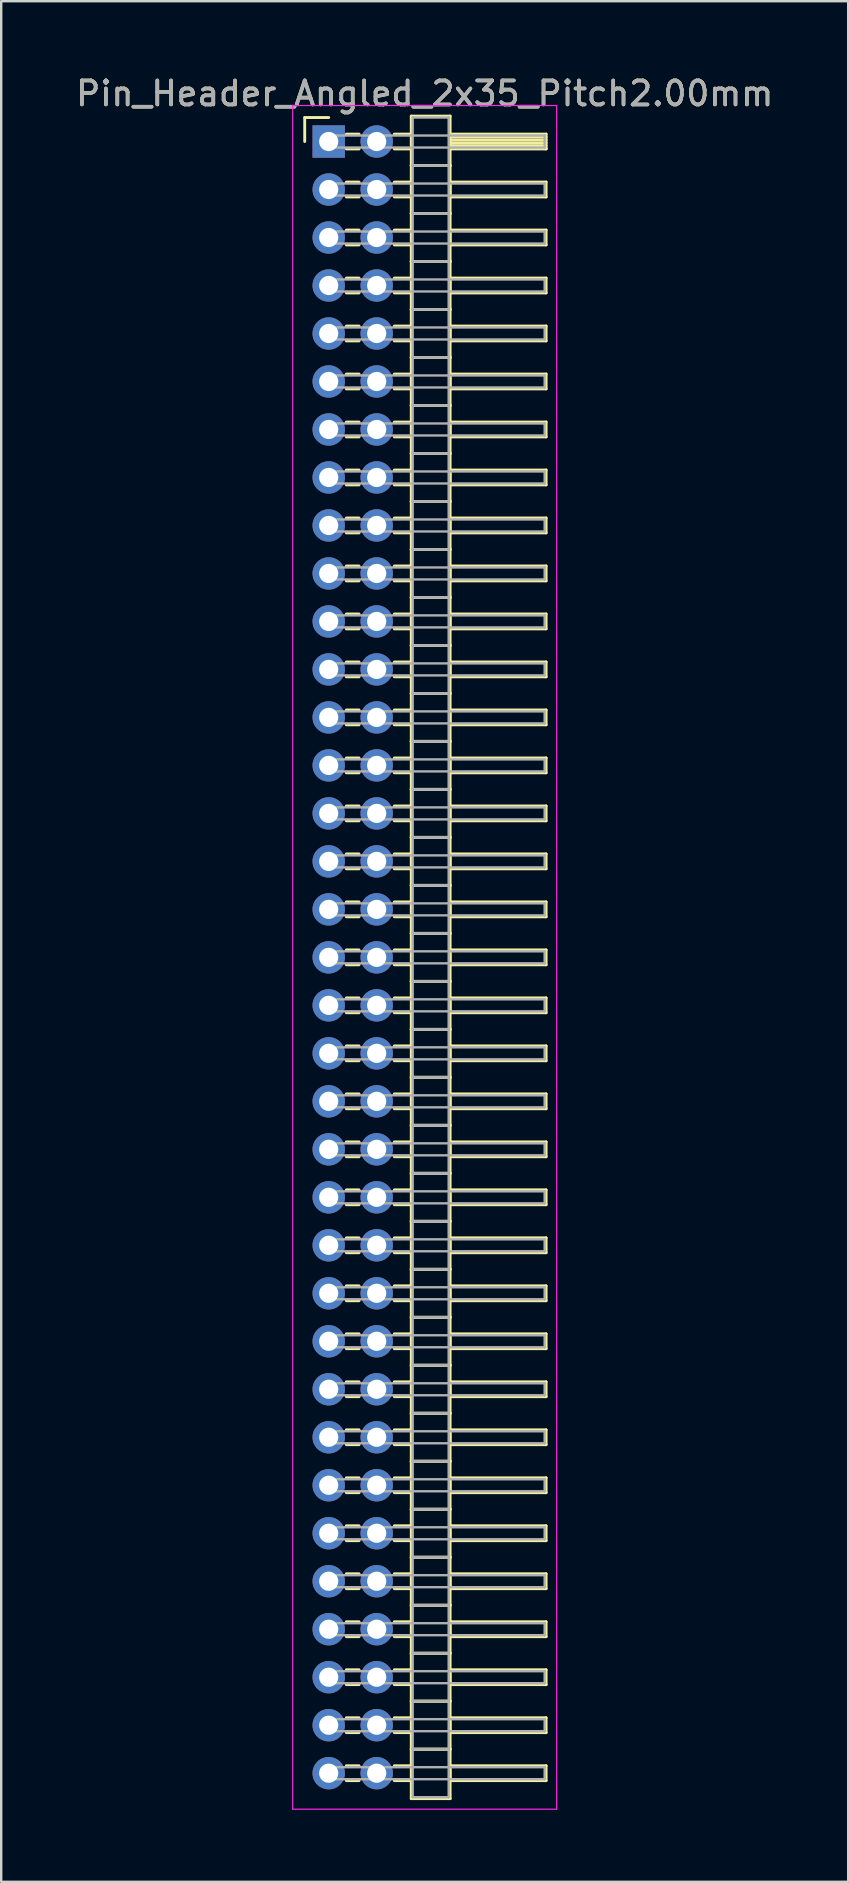
<source format=kicad_pcb>
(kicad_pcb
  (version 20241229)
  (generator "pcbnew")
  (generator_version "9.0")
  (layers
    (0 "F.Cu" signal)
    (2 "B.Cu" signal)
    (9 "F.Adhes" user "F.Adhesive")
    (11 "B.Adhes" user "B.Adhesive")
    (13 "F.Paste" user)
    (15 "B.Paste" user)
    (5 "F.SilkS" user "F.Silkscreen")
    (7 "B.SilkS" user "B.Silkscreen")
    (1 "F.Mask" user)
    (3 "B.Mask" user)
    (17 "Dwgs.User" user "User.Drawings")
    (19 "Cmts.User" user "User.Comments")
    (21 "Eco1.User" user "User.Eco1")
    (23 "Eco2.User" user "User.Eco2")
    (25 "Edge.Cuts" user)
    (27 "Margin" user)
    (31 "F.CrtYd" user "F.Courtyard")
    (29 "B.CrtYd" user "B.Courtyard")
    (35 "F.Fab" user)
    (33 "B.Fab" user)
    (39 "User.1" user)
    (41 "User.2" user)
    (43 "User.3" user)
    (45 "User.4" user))
  (footprint "Pin_Header_Angled_2x35_Pitch2.00mm"
    (layer "F.Cu")
    (at 10.649 2.848)
    (property "Reference" "Pin_Header_Angled_2x35_Pitch2.00mm" (at 4 -2 0) (layer "F.SilkS") (effects (font (size 1 1) (thickness 0.15))))
    (attr through_hole)
    (fp_line (start -1 -1) (end 0 -1) (stroke (width 0.12) (type solid)) (layer "F.SilkS"))
    (fp_line (start -1 0) (end -1 -1) (stroke (width 0.12) (type solid)) (layer "F.SilkS"))
    (fp_line (start 0.735 -0.31) (end 1.265 -0.31) (stroke (width 0.12) (type solid)) (layer "F.SilkS"))
    (fp_line (start 0.735 0.31) (end 1.265 0.31) (stroke (width 0.12) (type solid)) (layer "F.SilkS"))
    (fp_line (start 0.735 1.69) (end 1.265 1.69) (stroke (width 0.12) (type solid)) (layer "F.SilkS"))
    (fp_line (start 0.735 2.31) (end 1.265 2.31) (stroke (width 0.12) (type solid)) (layer "F.SilkS"))
    (fp_line (start 0.735 3.69) (end 1.265 3.69) (stroke (width 0.12) (type solid)) (layer "F.SilkS"))
    (fp_line (start 0.735 4.31) (end 1.265 4.31) (stroke (width 0.12) (type solid)) (layer "F.SilkS"))
    (fp_line (start 0.735 5.69) (end 1.265 5.69) (stroke (width 0.12) (type solid)) (layer "F.SilkS"))
    (fp_line (start 0.735 6.31) (end 1.265 6.31) (stroke (width 0.12) (type solid)) (layer "F.SilkS"))
    (fp_line (start 0.735 7.69) (end 1.265 7.69) (stroke (width 0.12) (type solid)) (layer "F.SilkS"))
    (fp_line (start 0.735 8.31) (end 1.265 8.31) (stroke (width 0.12) (type solid)) (layer "F.SilkS"))
    (fp_line (start 0.735 9.69) (end 1.265 9.69) (stroke (width 0.12) (type solid)) (layer "F.SilkS"))
    (fp_line (start 0.735 10.31) (end 1.265 10.31) (stroke (width 0.12) (type solid)) (layer "F.SilkS"))
    (fp_line (start 0.735 11.69) (end 1.265 11.69) (stroke (width 0.12) (type solid)) (layer "F.SilkS"))
    (fp_line (start 0.735 12.31) (end 1.265 12.31) (stroke (width 0.12) (type solid)) (layer "F.SilkS"))
    (fp_line (start 0.735 13.69) (end 1.265 13.69) (stroke (width 0.12) (type solid)) (layer "F.SilkS"))
    (fp_line (start 0.735 14.31) (end 1.265 14.31) (stroke (width 0.12) (type solid)) (layer "F.SilkS"))
    (fp_line (start 0.735 15.69) (end 1.265 15.69) (stroke (width 0.12) (type solid)) (layer "F.SilkS"))
    (fp_line (start 0.735 16.31) (end 1.265 16.31) (stroke (width 0.12) (type solid)) (layer "F.SilkS"))
    (fp_line (start 0.735 17.69) (end 1.265 17.69) (stroke (width 0.12) (type solid)) (layer "F.SilkS"))
    (fp_line (start 0.735 18.31) (end 1.265 18.31) (stroke (width 0.12) (type solid)) (layer "F.SilkS"))
    (fp_line (start 0.735 19.69) (end 1.265 19.69) (stroke (width 0.12) (type solid)) (layer "F.SilkS"))
    (fp_line (start 0.735 20.31) (end 1.265 20.31) (stroke (width 0.12) (type solid)) (layer "F.SilkS"))
    (fp_line (start 0.735 21.69) (end 1.265 21.69) (stroke (width 0.12) (type solid)) (layer "F.SilkS"))
    (fp_line (start 0.735 22.31) (end 1.265 22.31) (stroke (width 0.12) (type solid)) (layer "F.SilkS"))
    (fp_line (start 0.735 23.69) (end 1.265 23.69) (stroke (width 0.12) (type solid)) (layer "F.SilkS"))
    (fp_line (start 0.735 24.31) (end 1.265 24.31) (stroke (width 0.12) (type solid)) (layer "F.SilkS"))
    (fp_line (start 0.735 25.69) (end 1.265 25.69) (stroke (width 0.12) (type solid)) (layer "F.SilkS"))
    (fp_line (start 0.735 26.31) (end 1.265 26.31) (stroke (width 0.12) (type solid)) (layer "F.SilkS"))
    (fp_line (start 0.735 27.69) (end 1.265 27.69) (stroke (width 0.12) (type solid)) (layer "F.SilkS"))
    (fp_line (start 0.735 28.31) (end 1.265 28.31) (stroke (width 0.12) (type solid)) (layer "F.SilkS"))
    (fp_line (start 0.735 29.69) (end 1.265 29.69) (stroke (width 0.12) (type solid)) (layer "F.SilkS"))
    (fp_line (start 0.735 30.31) (end 1.265 30.31) (stroke (width 0.12) (type solid)) (layer "F.SilkS"))
    (fp_line (start 0.735 31.69) (end 1.265 31.69) (stroke (width 0.12) (type solid)) (layer "F.SilkS"))
    (fp_line (start 0.735 32.31) (end 1.265 32.31) (stroke (width 0.12) (type solid)) (layer "F.SilkS"))
    (fp_line (start 0.735 33.69) (end 1.265 33.69) (stroke (width 0.12) (type solid)) (layer "F.SilkS"))
    (fp_line (start 0.735 34.31) (end 1.265 34.31) (stroke (width 0.12) (type solid)) (layer "F.SilkS"))
    (fp_line (start 0.735 35.69) (end 1.265 35.69) (stroke (width 0.12) (type solid)) (layer "F.SilkS"))
    (fp_line (start 0.735 36.31) (end 1.265 36.31) (stroke (width 0.12) (type solid)) (layer "F.SilkS"))
    (fp_line (start 0.735 37.69) (end 1.265 37.69) (stroke (width 0.12) (type solid)) (layer "F.SilkS"))
    (fp_line (start 0.735 38.31) (end 1.265 38.31) (stroke (width 0.12) (type solid)) (layer "F.SilkS"))
    (fp_line (start 0.735 39.69) (end 1.265 39.69) (stroke (width 0.12) (type solid)) (layer "F.SilkS"))
    (fp_line (start 0.735 40.31) (end 1.265 40.31) (stroke (width 0.12) (type solid)) (layer "F.SilkS"))
    (fp_line (start 0.735 41.69) (end 1.265 41.69) (stroke (width 0.12) (type solid)) (layer "F.SilkS"))
    (fp_line (start 0.735 42.31) (end 1.265 42.31) (stroke (width 0.12) (type solid)) (layer "F.SilkS"))
    (fp_line (start 0.735 43.69) (end 1.265 43.69) (stroke (width 0.12) (type solid)) (layer "F.SilkS"))
    (fp_line (start 0.735 44.31) (end 1.265 44.31) (stroke (width 0.12) (type solid)) (layer "F.SilkS"))
    (fp_line (start 0.735 45.69) (end 1.265 45.69) (stroke (width 0.12) (type solid)) (layer "F.SilkS"))
    (fp_line (start 0.735 46.31) (end 1.265 46.31) (stroke (width 0.12) (type solid)) (layer "F.SilkS"))
    (fp_line (start 0.735 47.69) (end 1.265 47.69) (stroke (width 0.12) (type solid)) (layer "F.SilkS"))
    (fp_line (start 0.735 48.31) (end 1.265 48.31) (stroke (width 0.12) (type solid)) (layer "F.SilkS"))
    (fp_line (start 0.735 49.69) (end 1.265 49.69) (stroke (width 0.12) (type solid)) (layer "F.SilkS"))
    (fp_line (start 0.735 50.31) (end 1.265 50.31) (stroke (width 0.12) (type solid)) (layer "F.SilkS"))
    (fp_line (start 0.735 51.69) (end 1.265 51.69) (stroke (width 0.12) (type solid)) (layer "F.SilkS"))
    (fp_line (start 0.735 52.31) (end 1.265 52.31) (stroke (width 0.12) (type solid)) (layer "F.SilkS"))
    (fp_line (start 0.735 53.69) (end 1.265 53.69) (stroke (width 0.12) (type solid)) (layer "F.SilkS"))
    (fp_line (start 0.735 54.31) (end 1.265 54.31) (stroke (width 0.12) (type solid)) (layer "F.SilkS"))
    (fp_line (start 0.735 55.69) (end 1.265 55.69) (stroke (width 0.12) (type solid)) (layer "F.SilkS"))
    (fp_line (start 0.735 56.31) (end 1.265 56.31) (stroke (width 0.12) (type solid)) (layer "F.SilkS"))
    (fp_line (start 0.735 57.69) (end 1.265 57.69) (stroke (width 0.12) (type solid)) (layer "F.SilkS"))
    (fp_line (start 0.735 58.31) (end 1.265 58.31) (stroke (width 0.12) (type solid)) (layer "F.SilkS"))
    (fp_line (start 0.735 59.69) (end 1.265 59.69) (stroke (width 0.12) (type solid)) (layer "F.SilkS"))
    (fp_line (start 0.735 60.31) (end 1.265 60.31) (stroke (width 0.12) (type solid)) (layer "F.SilkS"))
    (fp_line (start 0.735 61.69) (end 1.265 61.69) (stroke (width 0.12) (type solid)) (layer "F.SilkS"))
    (fp_line (start 0.735 62.31) (end 1.265 62.31) (stroke (width 0.12) (type solid)) (layer "F.SilkS"))
    (fp_line (start 0.735 63.69) (end 1.265 63.69) (stroke (width 0.12) (type solid)) (layer "F.SilkS"))
    (fp_line (start 0.735 64.31) (end 1.265 64.31) (stroke (width 0.12) (type solid)) (layer "F.SilkS"))
    (fp_line (start 0.735 65.69) (end 1.265 65.69) (stroke (width 0.12) (type solid)) (layer "F.SilkS"))
    (fp_line (start 0.735 66.31) (end 1.265 66.31) (stroke (width 0.12) (type solid)) (layer "F.SilkS"))
    (fp_line (start 0.735 67.69) (end 1.265 67.69) (stroke (width 0.12) (type solid)) (layer "F.SilkS"))
    (fp_line (start 0.735 68.31) (end 1.265 68.31) (stroke (width 0.12) (type solid)) (layer "F.SilkS"))
    (fp_line (start 2.735 -0.31) (end 3.44 -0.31) (stroke (width 0.12) (type solid)) (layer "F.SilkS"))
    (fp_line (start 2.735 0.31) (end 3.44 0.31) (stroke (width 0.12) (type solid)) (layer "F.SilkS"))
    (fp_line (start 2.735 1.69) (end 3.44 1.69) (stroke (width 0.12) (type solid)) (layer "F.SilkS"))
    (fp_line (start 2.735 2.31) (end 3.44 2.31) (stroke (width 0.12) (type solid)) (layer "F.SilkS"))
    (fp_line (start 2.735 3.69) (end 3.44 3.69) (stroke (width 0.12) (type solid)) (layer "F.SilkS"))
    (fp_line (start 2.735 4.31) (end 3.44 4.31) (stroke (width 0.12) (type solid)) (layer "F.SilkS"))
    (fp_line (start 2.735 5.69) (end 3.44 5.69) (stroke (width 0.12) (type solid)) (layer "F.SilkS"))
    (fp_line (start 2.735 6.31) (end 3.44 6.31) (stroke (width 0.12) (type solid)) (layer "F.SilkS"))
    (fp_line (start 2.735 7.69) (end 3.44 7.69) (stroke (width 0.12) (type solid)) (layer "F.SilkS"))
    (fp_line (start 2.735 8.31) (end 3.44 8.31) (stroke (width 0.12) (type solid)) (layer "F.SilkS"))
    (fp_line (start 2.735 9.69) (end 3.44 9.69) (stroke (width 0.12) (type solid)) (layer "F.SilkS"))
    (fp_line (start 2.735 10.31) (end 3.44 10.31) (stroke (width 0.12) (type solid)) (layer "F.SilkS"))
    (fp_line (start 2.735 11.69) (end 3.44 11.69) (stroke (width 0.12) (type solid)) (layer "F.SilkS"))
    (fp_line (start 2.735 12.31) (end 3.44 12.31) (stroke (width 0.12) (type solid)) (layer "F.SilkS"))
    (fp_line (start 2.735 13.69) (end 3.44 13.69) (stroke (width 0.12) (type solid)) (layer "F.SilkS"))
    (fp_line (start 2.735 14.31) (end 3.44 14.31) (stroke (width 0.12) (type solid)) (layer "F.SilkS"))
    (fp_line (start 2.735 15.69) (end 3.44 15.69) (stroke (width 0.12) (type solid)) (layer "F.SilkS"))
    (fp_line (start 2.735 16.31) (end 3.44 16.31) (stroke (width 0.12) (type solid)) (layer "F.SilkS"))
    (fp_line (start 2.735 17.69) (end 3.44 17.69) (stroke (width 0.12) (type solid)) (layer "F.SilkS"))
    (fp_line (start 2.735 18.31) (end 3.44 18.31) (stroke (width 0.12) (type solid)) (layer "F.SilkS"))
    (fp_line (start 2.735 19.69) (end 3.44 19.69) (stroke (width 0.12) (type solid)) (layer "F.SilkS"))
    (fp_line (start 2.735 20.31) (end 3.44 20.31) (stroke (width 0.12) (type solid)) (layer "F.SilkS"))
    (fp_line (start 2.735 21.69) (end 3.44 21.69) (stroke (width 0.12) (type solid)) (layer "F.SilkS"))
    (fp_line (start 2.735 22.31) (end 3.44 22.31) (stroke (width 0.12) (type solid)) (layer "F.SilkS"))
    (fp_line (start 2.735 23.69) (end 3.44 23.69) (stroke (width 0.12) (type solid)) (layer "F.SilkS"))
    (fp_line (start 2.735 24.31) (end 3.44 24.31) (stroke (width 0.12) (type solid)) (layer "F.SilkS"))
    (fp_line (start 2.735 25.69) (end 3.44 25.69) (stroke (width 0.12) (type solid)) (layer "F.SilkS"))
    (fp_line (start 2.735 26.31) (end 3.44 26.31) (stroke (width 0.12) (type solid)) (layer "F.SilkS"))
    (fp_line (start 2.735 27.69) (end 3.44 27.69) (stroke (width 0.12) (type solid)) (layer "F.SilkS"))
    (fp_line (start 2.735 28.31) (end 3.44 28.31) (stroke (width 0.12) (type solid)) (layer "F.SilkS"))
    (fp_line (start 2.735 29.69) (end 3.44 29.69) (stroke (width 0.12) (type solid)) (layer "F.SilkS"))
    (fp_line (start 2.735 30.31) (end 3.44 30.31) (stroke (width 0.12) (type solid)) (layer "F.SilkS"))
    (fp_line (start 2.735 31.69) (end 3.44 31.69) (stroke (width 0.12) (type solid)) (layer "F.SilkS"))
    (fp_line (start 2.735 32.31) (end 3.44 32.31) (stroke (width 0.12) (type solid)) (layer "F.SilkS"))
    (fp_line (start 2.735 33.69) (end 3.44 33.69) (stroke (width 0.12) (type solid)) (layer "F.SilkS"))
    (fp_line (start 2.735 34.31) (end 3.44 34.31) (stroke (width 0.12) (type solid)) (layer "F.SilkS"))
    (fp_line (start 2.735 35.69) (end 3.44 35.69) (stroke (width 0.12) (type solid)) (layer "F.SilkS"))
    (fp_line (start 2.735 36.31) (end 3.44 36.31) (stroke (width 0.12) (type solid)) (layer "F.SilkS"))
    (fp_line (start 2.735 37.69) (end 3.44 37.69) (stroke (width 0.12) (type solid)) (layer "F.SilkS"))
    (fp_line (start 2.735 38.31) (end 3.44 38.31) (stroke (width 0.12) (type solid)) (layer "F.SilkS"))
    (fp_line (start 2.735 39.69) (end 3.44 39.69) (stroke (width 0.12) (type solid)) (layer "F.SilkS"))
    (fp_line (start 2.735 40.31) (end 3.44 40.31) (stroke (width 0.12) (type solid)) (layer "F.SilkS"))
    (fp_line (start 2.735 41.69) (end 3.44 41.69) (stroke (width 0.12) (type solid)) (layer "F.SilkS"))
    (fp_line (start 2.735 42.31) (end 3.44 42.31) (stroke (width 0.12) (type solid)) (layer "F.SilkS"))
    (fp_line (start 2.735 43.69) (end 3.44 43.69) (stroke (width 0.12) (type solid)) (layer "F.SilkS"))
    (fp_line (start 2.735 44.31) (end 3.44 44.31) (stroke (width 0.12) (type solid)) (layer "F.SilkS"))
    (fp_line (start 2.735 45.69) (end 3.44 45.69) (stroke (width 0.12) (type solid)) (layer "F.SilkS"))
    (fp_line (start 2.735 46.31) (end 3.44 46.31) (stroke (width 0.12) (type solid)) (layer "F.SilkS"))
    (fp_line (start 2.735 47.69) (end 3.44 47.69) (stroke (width 0.12) (type solid)) (layer "F.SilkS"))
    (fp_line (start 2.735 48.31) (end 3.44 48.31) (stroke (width 0.12) (type solid)) (layer "F.SilkS"))
    (fp_line (start 2.735 49.69) (end 3.44 49.69) (stroke (width 0.12) (type solid)) (layer "F.SilkS"))
    (fp_line (start 2.735 50.31) (end 3.44 50.31) (stroke (width 0.12) (type solid)) (layer "F.SilkS"))
    (fp_line (start 2.735 51.69) (end 3.44 51.69) (stroke (width 0.12) (type solid)) (layer "F.SilkS"))
    (fp_line (start 2.735 52.31) (end 3.44 52.31) (stroke (width 0.12) (type solid)) (layer "F.SilkS"))
    (fp_line (start 2.735 53.69) (end 3.44 53.69) (stroke (width 0.12) (type solid)) (layer "F.SilkS"))
    (fp_line (start 2.735 54.31) (end 3.44 54.31) (stroke (width 0.12) (type solid)) (layer "F.SilkS"))
    (fp_line (start 2.735 55.69) (end 3.44 55.69) (stroke (width 0.12) (type solid)) (layer "F.SilkS"))
    (fp_line (start 2.735 56.31) (end 3.44 56.31) (stroke (width 0.12) (type solid)) (layer "F.SilkS"))
    (fp_line (start 2.735 57.69) (end 3.44 57.69) (stroke (width 0.12) (type solid)) (layer "F.SilkS"))
    (fp_line (start 2.735 58.31) (end 3.44 58.31) (stroke (width 0.12) (type solid)) (layer "F.SilkS"))
    (fp_line (start 2.735 59.69) (end 3.44 59.69) (stroke (width 0.12) (type solid)) (layer "F.SilkS"))
    (fp_line (start 2.735 60.31) (end 3.44 60.31) (stroke (width 0.12) (type solid)) (layer "F.SilkS"))
    (fp_line (start 2.735 61.69) (end 3.44 61.69) (stroke (width 0.12) (type solid)) (layer "F.SilkS"))
    (fp_line (start 2.735 62.31) (end 3.44 62.31) (stroke (width 0.12) (type solid)) (layer "F.SilkS"))
    (fp_line (start 2.735 63.69) (end 3.44 63.69) (stroke (width 0.12) (type solid)) (layer "F.SilkS"))
    (fp_line (start 2.735 64.31) (end 3.44 64.31) (stroke (width 0.12) (type solid)) (layer "F.SilkS"))
    (fp_line (start 2.735 65.69) (end 3.44 65.69) (stroke (width 0.12) (type solid)) (layer "F.SilkS"))
    (fp_line (start 2.735 66.31) (end 3.44 66.31) (stroke (width 0.12) (type solid)) (layer "F.SilkS"))
    (fp_line (start 2.735 67.69) (end 3.44 67.69) (stroke (width 0.12) (type solid)) (layer "F.SilkS"))
    (fp_line (start 2.735 68.31) (end 3.44 68.31) (stroke (width 0.12) (type solid)) (layer "F.SilkS"))
    (fp_line (start 3.44 -1.06) (end 3.44 1) (stroke (width 0.12) (type solid)) (layer "F.SilkS"))
    (fp_line (start 3.44 1) (end 3.44 3) (stroke (width 0.12) (type solid)) (layer "F.SilkS"))
    (fp_line (start 3.44 1) (end 5.06 1) (stroke (width 0.12) (type solid)) (layer "F.SilkS"))
    (fp_line (start 3.44 3) (end 3.44 5) (stroke (width 0.12) (type solid)) (layer "F.SilkS"))
    (fp_line (start 3.44 3) (end 5.06 3) (stroke (width 0.12) (type solid)) (layer "F.SilkS"))
    (fp_line (start 3.44 5) (end 3.44 7) (stroke (width 0.12) (type solid)) (layer "F.SilkS"))
    (fp_line (start 3.44 5) (end 5.06 5) (stroke (width 0.12) (type solid)) (layer "F.SilkS"))
    (fp_line (start 3.44 7) (end 3.44 9) (stroke (width 0.12) (type solid)) (layer "F.SilkS"))
    (fp_line (start 3.44 7) (end 5.06 7) (stroke (width 0.12) (type solid)) (layer "F.SilkS"))
    (fp_line (start 3.44 9) (end 3.44 11) (stroke (width 0.12) (type solid)) (layer "F.SilkS"))
    (fp_line (start 3.44 9) (end 5.06 9) (stroke (width 0.12) (type solid)) (layer "F.SilkS"))
    (fp_line (start 3.44 11) (end 3.44 13) (stroke (width 0.12) (type solid)) (layer "F.SilkS"))
    (fp_line (start 3.44 11) (end 5.06 11) (stroke (width 0.12) (type solid)) (layer "F.SilkS"))
    (fp_line (start 3.44 13) (end 3.44 15) (stroke (width 0.12) (type solid)) (layer "F.SilkS"))
    (fp_line (start 3.44 13) (end 5.06 13) (stroke (width 0.12) (type solid)) (layer "F.SilkS"))
    (fp_line (start 3.44 15) (end 3.44 17) (stroke (width 0.12) (type solid)) (layer "F.SilkS"))
    (fp_line (start 3.44 15) (end 5.06 15) (stroke (width 0.12) (type solid)) (layer "F.SilkS"))
    (fp_line (start 3.44 17) (end 3.44 19) (stroke (width 0.12) (type solid)) (layer "F.SilkS"))
    (fp_line (start 3.44 17) (end 5.06 17) (stroke (width 0.12) (type solid)) (layer "F.SilkS"))
    (fp_line (start 3.44 19) (end 3.44 21) (stroke (width 0.12) (type solid)) (layer "F.SilkS"))
    (fp_line (start 3.44 19) (end 5.06 19) (stroke (width 0.12) (type solid)) (layer "F.SilkS"))
    (fp_line (start 3.44 21) (end 3.44 23) (stroke (width 0.12) (type solid)) (layer "F.SilkS"))
    (fp_line (start 3.44 21) (end 5.06 21) (stroke (width 0.12) (type solid)) (layer "F.SilkS"))
    (fp_line (start 3.44 23) (end 3.44 25) (stroke (width 0.12) (type solid)) (layer "F.SilkS"))
    (fp_line (start 3.44 23) (end 5.06 23) (stroke (width 0.12) (type solid)) (layer "F.SilkS"))
    (fp_line (start 3.44 25) (end 3.44 27) (stroke (width 0.12) (type solid)) (layer "F.SilkS"))
    (fp_line (start 3.44 25) (end 5.06 25) (stroke (width 0.12) (type solid)) (layer "F.SilkS"))
    (fp_line (start 3.44 27) (end 3.44 29) (stroke (width 0.12) (type solid)) (layer "F.SilkS"))
    (fp_line (start 3.44 27) (end 5.06 27) (stroke (width 0.12) (type solid)) (layer "F.SilkS"))
    (fp_line (start 3.44 29) (end 3.44 31) (stroke (width 0.12) (type solid)) (layer "F.SilkS"))
    (fp_line (start 3.44 29) (end 5.06 29) (stroke (width 0.12) (type solid)) (layer "F.SilkS"))
    (fp_line (start 3.44 31) (end 3.44 33) (stroke (width 0.12) (type solid)) (layer "F.SilkS"))
    (fp_line (start 3.44 31) (end 5.06 31) (stroke (width 0.12) (type solid)) (layer "F.SilkS"))
    (fp_line (start 3.44 33) (end 3.44 35) (stroke (width 0.12) (type solid)) (layer "F.SilkS"))
    (fp_line (start 3.44 33) (end 5.06 33) (stroke (width 0.12) (type solid)) (layer "F.SilkS"))
    (fp_line (start 3.44 35) (end 3.44 37) (stroke (width 0.12) (type solid)) (layer "F.SilkS"))
    (fp_line (start 3.44 35) (end 5.06 35) (stroke (width 0.12) (type solid)) (layer "F.SilkS"))
    (fp_line (start 3.44 37) (end 3.44 39) (stroke (width 0.12) (type solid)) (layer "F.SilkS"))
    (fp_line (start 3.44 37) (end 5.06 37) (stroke (width 0.12) (type solid)) (layer "F.SilkS"))
    (fp_line (start 3.44 39) (end 3.44 41) (stroke (width 0.12) (type solid)) (layer "F.SilkS"))
    (fp_line (start 3.44 39) (end 5.06 39) (stroke (width 0.12) (type solid)) (layer "F.SilkS"))
    (fp_line (start 3.44 41) (end 3.44 43) (stroke (width 0.12) (type solid)) (layer "F.SilkS"))
    (fp_line (start 3.44 41) (end 5.06 41) (stroke (width 0.12) (type solid)) (layer "F.SilkS"))
    (fp_line (start 3.44 43) (end 3.44 45) (stroke (width 0.12) (type solid)) (layer "F.SilkS"))
    (fp_line (start 3.44 43) (end 5.06 43) (stroke (width 0.12) (type solid)) (layer "F.SilkS"))
    (fp_line (start 3.44 45) (end 3.44 47) (stroke (width 0.12) (type solid)) (layer "F.SilkS"))
    (fp_line (start 3.44 45) (end 5.06 45) (stroke (width 0.12) (type solid)) (layer "F.SilkS"))
    (fp_line (start 3.44 47) (end 3.44 49) (stroke (width 0.12) (type solid)) (layer "F.SilkS"))
    (fp_line (start 3.44 47) (end 5.06 47) (stroke (width 0.12) (type solid)) (layer "F.SilkS"))
    (fp_line (start 3.44 49) (end 3.44 51) (stroke (width 0.12) (type solid)) (layer "F.SilkS"))
    (fp_line (start 3.44 49) (end 5.06 49) (stroke (width 0.12) (type solid)) (layer "F.SilkS"))
    (fp_line (start 3.44 51) (end 3.44 53) (stroke (width 0.12) (type solid)) (layer "F.SilkS"))
    (fp_line (start 3.44 51) (end 5.06 51) (stroke (width 0.12) (type solid)) (layer "F.SilkS"))
    (fp_line (start 3.44 53) (end 3.44 55) (stroke (width 0.12) (type solid)) (layer "F.SilkS"))
    (fp_line (start 3.44 53) (end 5.06 53) (stroke (width 0.12) (type solid)) (layer "F.SilkS"))
    (fp_line (start 3.44 55) (end 3.44 57) (stroke (width 0.12) (type solid)) (layer "F.SilkS"))
    (fp_line (start 3.44 55) (end 5.06 55) (stroke (width 0.12) (type solid)) (layer "F.SilkS"))
    (fp_line (start 3.44 57) (end 3.44 59) (stroke (width 0.12) (type solid)) (layer "F.SilkS"))
    (fp_line (start 3.44 57) (end 5.06 57) (stroke (width 0.12) (type solid)) (layer "F.SilkS"))
    (fp_line (start 3.44 59) (end 3.44 61) (stroke (width 0.12) (type solid)) (layer "F.SilkS"))
    (fp_line (start 3.44 59) (end 5.06 59) (stroke (width 0.12) (type solid)) (layer "F.SilkS"))
    (fp_line (start 3.44 61) (end 3.44 63) (stroke (width 0.12) (type solid)) (layer "F.SilkS"))
    (fp_line (start 3.44 61) (end 5.06 61) (stroke (width 0.12) (type solid)) (layer "F.SilkS"))
    (fp_line (start 3.44 63) (end 3.44 65) (stroke (width 0.12) (type solid)) (layer "F.SilkS"))
    (fp_line (start 3.44 63) (end 5.06 63) (stroke (width 0.12) (type solid)) (layer "F.SilkS"))
    (fp_line (start 3.44 65) (end 3.44 67) (stroke (width 0.12) (type solid)) (layer "F.SilkS"))
    (fp_line (start 3.44 65) (end 5.06 65) (stroke (width 0.12) (type solid)) (layer "F.SilkS"))
    (fp_line (start 3.44 67) (end 3.44 69.06) (stroke (width 0.12) (type solid)) (layer "F.SilkS"))
    (fp_line (start 3.44 67) (end 5.06 67) (stroke (width 0.12) (type solid)) (layer "F.SilkS"))
    (fp_line (start 3.44 69.06) (end 5.06 69.06) (stroke (width 0.12) (type solid)) (layer "F.SilkS"))
    (fp_line (start 5.06 -1.06) (end 3.44 -1.06) (stroke (width 0.12) (type solid)) (layer "F.SilkS"))
    (fp_line (start 5.06 -0.31) (end 5.06 0.31) (stroke (width 0.12) (type solid)) (layer "F.SilkS"))
    (fp_line (start 5.06 -0.19) (end 9.06 -0.19) (stroke (width 0.12) (type solid)) (layer "F.SilkS"))
    (fp_line (start 5.06 -0.07) (end 9.06 -0.07) (stroke (width 0.12) (type solid)) (layer "F.SilkS"))
    (fp_line (start 5.06 0.05) (end 9.06 0.05) (stroke (width 0.12) (type solid)) (layer "F.SilkS"))
    (fp_line (start 5.06 0.17) (end 9.06 0.17) (stroke (width 0.12) (type solid)) (layer "F.SilkS"))
    (fp_line (start 5.06 0.29) (end 9.06 0.29) (stroke (width 0.12) (type solid)) (layer "F.SilkS"))
    (fp_line (start 5.06 0.31) (end 9.06 0.31) (stroke (width 0.12) (type solid)) (layer "F.SilkS"))
    (fp_line (start 5.06 1) (end 3.44 1) (stroke (width 0.12) (type solid)) (layer "F.SilkS"))
    (fp_line (start 5.06 1) (end 5.06 -1.06) (stroke (width 0.12) (type solid)) (layer "F.SilkS"))
    (fp_line (start 5.06 1.69) (end 5.06 2.31) (stroke (width 0.12) (type solid)) (layer "F.SilkS"))
    (fp_line (start 5.06 2.31) (end 9.06 2.31) (stroke (width 0.12) (type solid)) (layer "F.SilkS"))
    (fp_line (start 5.06 3) (end 3.44 3) (stroke (width 0.12) (type solid)) (layer "F.SilkS"))
    (fp_line (start 5.06 3) (end 5.06 1) (stroke (width 0.12) (type solid)) (layer "F.SilkS"))
    (fp_line (start 5.06 3.69) (end 5.06 4.31) (stroke (width 0.12) (type solid)) (layer "F.SilkS"))
    (fp_line (start 5.06 4.31) (end 9.06 4.31) (stroke (width 0.12) (type solid)) (layer "F.SilkS"))
    (fp_line (start 5.06 5) (end 3.44 5) (stroke (width 0.12) (type solid)) (layer "F.SilkS"))
    (fp_line (start 5.06 5) (end 5.06 3) (stroke (width 0.12) (type solid)) (layer "F.SilkS"))
    (fp_line (start 5.06 5.69) (end 5.06 6.31) (stroke (width 0.12) (type solid)) (layer "F.SilkS"))
    (fp_line (start 5.06 6.31) (end 9.06 6.31) (stroke (width 0.12) (type solid)) (layer "F.SilkS"))
    (fp_line (start 5.06 7) (end 3.44 7) (stroke (width 0.12) (type solid)) (layer "F.SilkS"))
    (fp_line (start 5.06 7) (end 5.06 5) (stroke (width 0.12) (type solid)) (layer "F.SilkS"))
    (fp_line (start 5.06 7.69) (end 5.06 8.31) (stroke (width 0.12) (type solid)) (layer "F.SilkS"))
    (fp_line (start 5.06 8.31) (end 9.06 8.31) (stroke (width 0.12) (type solid)) (layer "F.SilkS"))
    (fp_line (start 5.06 9) (end 3.44 9) (stroke (width 0.12) (type solid)) (layer "F.SilkS"))
    (fp_line (start 5.06 9) (end 5.06 7) (stroke (width 0.12) (type solid)) (layer "F.SilkS"))
    (fp_line (start 5.06 9.69) (end 5.06 10.31) (stroke (width 0.12) (type solid)) (layer "F.SilkS"))
    (fp_line (start 5.06 10.31) (end 9.06 10.31) (stroke (width 0.12) (type solid)) (layer "F.SilkS"))
    (fp_line (start 5.06 11) (end 3.44 11) (stroke (width 0.12) (type solid)) (layer "F.SilkS"))
    (fp_line (start 5.06 11) (end 5.06 9) (stroke (width 0.12) (type solid)) (layer "F.SilkS"))
    (fp_line (start 5.06 11.69) (end 5.06 12.31) (stroke (width 0.12) (type solid)) (layer "F.SilkS"))
    (fp_line (start 5.06 12.31) (end 9.06 12.31) (stroke (width 0.12) (type solid)) (layer "F.SilkS"))
    (fp_line (start 5.06 13) (end 3.44 13) (stroke (width 0.12) (type solid)) (layer "F.SilkS"))
    (fp_line (start 5.06 13) (end 5.06 11) (stroke (width 0.12) (type solid)) (layer "F.SilkS"))
    (fp_line (start 5.06 13.69) (end 5.06 14.31) (stroke (width 0.12) (type solid)) (layer "F.SilkS"))
    (fp_line (start 5.06 14.31) (end 9.06 14.31) (stroke (width 0.12) (type solid)) (layer "F.SilkS"))
    (fp_line (start 5.06 15) (end 3.44 15) (stroke (width 0.12) (type solid)) (layer "F.SilkS"))
    (fp_line (start 5.06 15) (end 5.06 13) (stroke (width 0.12) (type solid)) (layer "F.SilkS"))
    (fp_line (start 5.06 15.69) (end 5.06 16.31) (stroke (width 0.12) (type solid)) (layer "F.SilkS"))
    (fp_line (start 5.06 16.31) (end 9.06 16.31) (stroke (width 0.12) (type solid)) (layer "F.SilkS"))
    (fp_line (start 5.06 17) (end 3.44 17) (stroke (width 0.12) (type solid)) (layer "F.SilkS"))
    (fp_line (start 5.06 17) (end 5.06 15) (stroke (width 0.12) (type solid)) (layer "F.SilkS"))
    (fp_line (start 5.06 17.69) (end 5.06 18.31) (stroke (width 0.12) (type solid)) (layer "F.SilkS"))
    (fp_line (start 5.06 18.31) (end 9.06 18.31) (stroke (width 0.12) (type solid)) (layer "F.SilkS"))
    (fp_line (start 5.06 19) (end 3.44 19) (stroke (width 0.12) (type solid)) (layer "F.SilkS"))
    (fp_line (start 5.06 19) (end 5.06 17) (stroke (width 0.12) (type solid)) (layer "F.SilkS"))
    (fp_line (start 5.06 19.69) (end 5.06 20.31) (stroke (width 0.12) (type solid)) (layer "F.SilkS"))
    (fp_line (start 5.06 20.31) (end 9.06 20.31) (stroke (width 0.12) (type solid)) (layer "F.SilkS"))
    (fp_line (start 5.06 21) (end 3.44 21) (stroke (width 0.12) (type solid)) (layer "F.SilkS"))
    (fp_line (start 5.06 21) (end 5.06 19) (stroke (width 0.12) (type solid)) (layer "F.SilkS"))
    (fp_line (start 5.06 21.69) (end 5.06 22.31) (stroke (width 0.12) (type solid)) (layer "F.SilkS"))
    (fp_line (start 5.06 22.31) (end 9.06 22.31) (stroke (width 0.12) (type solid)) (layer "F.SilkS"))
    (fp_line (start 5.06 23) (end 3.44 23) (stroke (width 0.12) (type solid)) (layer "F.SilkS"))
    (fp_line (start 5.06 23) (end 5.06 21) (stroke (width 0.12) (type solid)) (layer "F.SilkS"))
    (fp_line (start 5.06 23.69) (end 5.06 24.31) (stroke (width 0.12) (type solid)) (layer "F.SilkS"))
    (fp_line (start 5.06 24.31) (end 9.06 24.31) (stroke (width 0.12) (type solid)) (layer "F.SilkS"))
    (fp_line (start 5.06 25) (end 3.44 25) (stroke (width 0.12) (type solid)) (layer "F.SilkS"))
    (fp_line (start 5.06 25) (end 5.06 23) (stroke (width 0.12) (type solid)) (layer "F.SilkS"))
    (fp_line (start 5.06 25.69) (end 5.06 26.31) (stroke (width 0.12) (type solid)) (layer "F.SilkS"))
    (fp_line (start 5.06 26.31) (end 9.06 26.31) (stroke (width 0.12) (type solid)) (layer "F.SilkS"))
    (fp_line (start 5.06 27) (end 3.44 27) (stroke (width 0.12) (type solid)) (layer "F.SilkS"))
    (fp_line (start 5.06 27) (end 5.06 25) (stroke (width 0.12) (type solid)) (layer "F.SilkS"))
    (fp_line (start 5.06 27.69) (end 5.06 28.31) (stroke (width 0.12) (type solid)) (layer "F.SilkS"))
    (fp_line (start 5.06 28.31) (end 9.06 28.31) (stroke (width 0.12) (type solid)) (layer "F.SilkS"))
    (fp_line (start 5.06 29) (end 3.44 29) (stroke (width 0.12) (type solid)) (layer "F.SilkS"))
    (fp_line (start 5.06 29) (end 5.06 27) (stroke (width 0.12) (type solid)) (layer "F.SilkS"))
    (fp_line (start 5.06 29.69) (end 5.06 30.31) (stroke (width 0.12) (type solid)) (layer "F.SilkS"))
    (fp_line (start 5.06 30.31) (end 9.06 30.31) (stroke (width 0.12) (type solid)) (layer "F.SilkS"))
    (fp_line (start 5.06 31) (end 3.44 31) (stroke (width 0.12) (type solid)) (layer "F.SilkS"))
    (fp_line (start 5.06 31) (end 5.06 29) (stroke (width 0.12) (type solid)) (layer "F.SilkS"))
    (fp_line (start 5.06 31.69) (end 5.06 32.31) (stroke (width 0.12) (type solid)) (layer "F.SilkS"))
    (fp_line (start 5.06 32.31) (end 9.06 32.31) (stroke (width 0.12) (type solid)) (layer "F.SilkS"))
    (fp_line (start 5.06 33) (end 3.44 33) (stroke (width 0.12) (type solid)) (layer "F.SilkS"))
    (fp_line (start 5.06 33) (end 5.06 31) (stroke (width 0.12) (type solid)) (layer "F.SilkS"))
    (fp_line (start 5.06 33.69) (end 5.06 34.31) (stroke (width 0.12) (type solid)) (layer "F.SilkS"))
    (fp_line (start 5.06 34.31) (end 9.06 34.31) (stroke (width 0.12) (type solid)) (layer "F.SilkS"))
    (fp_line (start 5.06 35) (end 3.44 35) (stroke (width 0.12) (type solid)) (layer "F.SilkS"))
    (fp_line (start 5.06 35) (end 5.06 33) (stroke (width 0.12) (type solid)) (layer "F.SilkS"))
    (fp_line (start 5.06 35.69) (end 5.06 36.31) (stroke (width 0.12) (type solid)) (layer "F.SilkS"))
    (fp_line (start 5.06 36.31) (end 9.06 36.31) (stroke (width 0.12) (type solid)) (layer "F.SilkS"))
    (fp_line (start 5.06 37) (end 3.44 37) (stroke (width 0.12) (type solid)) (layer "F.SilkS"))
    (fp_line (start 5.06 37) (end 5.06 35) (stroke (width 0.12) (type solid)) (layer "F.SilkS"))
    (fp_line (start 5.06 37.69) (end 5.06 38.31) (stroke (width 0.12) (type solid)) (layer "F.SilkS"))
    (fp_line (start 5.06 38.31) (end 9.06 38.31) (stroke (width 0.12) (type solid)) (layer "F.SilkS"))
    (fp_line (start 5.06 39) (end 3.44 39) (stroke (width 0.12) (type solid)) (layer "F.SilkS"))
    (fp_line (start 5.06 39) (end 5.06 37) (stroke (width 0.12) (type solid)) (layer "F.SilkS"))
    (fp_line (start 5.06 39.69) (end 5.06 40.31) (stroke (width 0.12) (type solid)) (layer "F.SilkS"))
    (fp_line (start 5.06 40.31) (end 9.06 40.31) (stroke (width 0.12) (type solid)) (layer "F.SilkS"))
    (fp_line (start 5.06 41) (end 3.44 41) (stroke (width 0.12) (type solid)) (layer "F.SilkS"))
    (fp_line (start 5.06 41) (end 5.06 39) (stroke (width 0.12) (type solid)) (layer "F.SilkS"))
    (fp_line (start 5.06 41.69) (end 5.06 42.31) (stroke (width 0.12) (type solid)) (layer "F.SilkS"))
    (fp_line (start 5.06 42.31) (end 9.06 42.31) (stroke (width 0.12) (type solid)) (layer "F.SilkS"))
    (fp_line (start 5.06 43) (end 3.44 43) (stroke (width 0.12) (type solid)) (layer "F.SilkS"))
    (fp_line (start 5.06 43) (end 5.06 41) (stroke (width 0.12) (type solid)) (layer "F.SilkS"))
    (fp_line (start 5.06 43.69) (end 5.06 44.31) (stroke (width 0.12) (type solid)) (layer "F.SilkS"))
    (fp_line (start 5.06 44.31) (end 9.06 44.31) (stroke (width 0.12) (type solid)) (layer "F.SilkS"))
    (fp_line (start 5.06 45) (end 3.44 45) (stroke (width 0.12) (type solid)) (layer "F.SilkS"))
    (fp_line (start 5.06 45) (end 5.06 43) (stroke (width 0.12) (type solid)) (layer "F.SilkS"))
    (fp_line (start 5.06 45.69) (end 5.06 46.31) (stroke (width 0.12) (type solid)) (layer "F.SilkS"))
    (fp_line (start 5.06 46.31) (end 9.06 46.31) (stroke (width 0.12) (type solid)) (layer "F.SilkS"))
    (fp_line (start 5.06 47) (end 3.44 47) (stroke (width 0.12) (type solid)) (layer "F.SilkS"))
    (fp_line (start 5.06 47) (end 5.06 45) (stroke (width 0.12) (type solid)) (layer "F.SilkS"))
    (fp_line (start 5.06 47.69) (end 5.06 48.31) (stroke (width 0.12) (type solid)) (layer "F.SilkS"))
    (fp_line (start 5.06 48.31) (end 9.06 48.31) (stroke (width 0.12) (type solid)) (layer "F.SilkS"))
    (fp_line (start 5.06 49) (end 3.44 49) (stroke (width 0.12) (type solid)) (layer "F.SilkS"))
    (fp_line (start 5.06 49) (end 5.06 47) (stroke (width 0.12) (type solid)) (layer "F.SilkS"))
    (fp_line (start 5.06 49.69) (end 5.06 50.31) (stroke (width 0.12) (type solid)) (layer "F.SilkS"))
    (fp_line (start 5.06 50.31) (end 9.06 50.31) (stroke (width 0.12) (type solid)) (layer "F.SilkS"))
    (fp_line (start 5.06 51) (end 3.44 51) (stroke (width 0.12) (type solid)) (layer "F.SilkS"))
    (fp_line (start 5.06 51) (end 5.06 49) (stroke (width 0.12) (type solid)) (layer "F.SilkS"))
    (fp_line (start 5.06 51.69) (end 5.06 52.31) (stroke (width 0.12) (type solid)) (layer "F.SilkS"))
    (fp_line (start 5.06 52.31) (end 9.06 52.31) (stroke (width 0.12) (type solid)) (layer "F.SilkS"))
    (fp_line (start 5.06 53) (end 3.44 53) (stroke (width 0.12) (type solid)) (layer "F.SilkS"))
    (fp_line (start 5.06 53) (end 5.06 51) (stroke (width 0.12) (type solid)) (layer "F.SilkS"))
    (fp_line (start 5.06 53.69) (end 5.06 54.31) (stroke (width 0.12) (type solid)) (layer "F.SilkS"))
    (fp_line (start 5.06 54.31) (end 9.06 54.31) (stroke (width 0.12) (type solid)) (layer "F.SilkS"))
    (fp_line (start 5.06 55) (end 3.44 55) (stroke (width 0.12) (type solid)) (layer "F.SilkS"))
    (fp_line (start 5.06 55) (end 5.06 53) (stroke (width 0.12) (type solid)) (layer "F.SilkS"))
    (fp_line (start 5.06 55.69) (end 5.06 56.31) (stroke (width 0.12) (type solid)) (layer "F.SilkS"))
    (fp_line (start 5.06 56.31) (end 9.06 56.31) (stroke (width 0.12) (type solid)) (layer "F.SilkS"))
    (fp_line (start 5.06 57) (end 3.44 57) (stroke (width 0.12) (type solid)) (layer "F.SilkS"))
    (fp_line (start 5.06 57) (end 5.06 55) (stroke (width 0.12) (type solid)) (layer "F.SilkS"))
    (fp_line (start 5.06 57.69) (end 5.06 58.31) (stroke (width 0.12) (type solid)) (layer "F.SilkS"))
    (fp_line (start 5.06 58.31) (end 9.06 58.31) (stroke (width 0.12) (type solid)) (layer "F.SilkS"))
    (fp_line (start 5.06 59) (end 3.44 59) (stroke (width 0.12) (type solid)) (layer "F.SilkS"))
    (fp_line (start 5.06 59) (end 5.06 57) (stroke (width 0.12) (type solid)) (layer "F.SilkS"))
    (fp_line (start 5.06 59.69) (end 5.06 60.31) (stroke (width 0.12) (type solid)) (layer "F.SilkS"))
    (fp_line (start 5.06 60.31) (end 9.06 60.31) (stroke (width 0.12) (type solid)) (layer "F.SilkS"))
    (fp_line (start 5.06 61) (end 3.44 61) (stroke (width 0.12) (type solid)) (layer "F.SilkS"))
    (fp_line (start 5.06 61) (end 5.06 59) (stroke (width 0.12) (type solid)) (layer "F.SilkS"))
    (fp_line (start 5.06 61.69) (end 5.06 62.31) (stroke (width 0.12) (type solid)) (layer "F.SilkS"))
    (fp_line (start 5.06 62.31) (end 9.06 62.31) (stroke (width 0.12) (type solid)) (layer "F.SilkS"))
    (fp_line (start 5.06 63) (end 3.44 63) (stroke (width 0.12) (type solid)) (layer "F.SilkS"))
    (fp_line (start 5.06 63) (end 5.06 61) (stroke (width 0.12) (type solid)) (layer "F.SilkS"))
    (fp_line (start 5.06 63.69) (end 5.06 64.31) (stroke (width 0.12) (type solid)) (layer "F.SilkS"))
    (fp_line (start 5.06 64.31) (end 9.06 64.31) (stroke (width 0.12) (type solid)) (layer "F.SilkS"))
    (fp_line (start 5.06 65) (end 3.44 65) (stroke (width 0.12) (type solid)) (layer "F.SilkS"))
    (fp_line (start 5.06 65) (end 5.06 63) (stroke (width 0.12) (type solid)) (layer "F.SilkS"))
    (fp_line (start 5.06 65.69) (end 5.06 66.31) (stroke (width 0.12) (type solid)) (layer "F.SilkS"))
    (fp_line (start 5.06 66.31) (end 9.06 66.31) (stroke (width 0.12) (type solid)) (layer "F.SilkS"))
    (fp_line (start 5.06 67) (end 3.44 67) (stroke (width 0.12) (type solid)) (layer "F.SilkS"))
    (fp_line (start 5.06 67) (end 5.06 65) (stroke (width 0.12) (type solid)) (layer "F.SilkS"))
    (fp_line (start 5.06 67.69) (end 5.06 68.31) (stroke (width 0.12) (type solid)) (layer "F.SilkS"))
    (fp_line (start 5.06 68.31) (end 9.06 68.31) (stroke (width 0.12) (type solid)) (layer "F.SilkS"))
    (fp_line (start 5.06 69.06) (end 5.06 67) (stroke (width 0.12) (type solid)) (layer "F.SilkS"))
    (fp_line (start 9.06 -0.31) (end 5.06 -0.31) (stroke (width 0.12) (type solid)) (layer "F.SilkS"))
    (fp_line (start 9.06 0.31) (end 9.06 -0.31) (stroke (width 0.12) (type solid)) (layer "F.SilkS"))
    (fp_line (start 9.06 1.69) (end 5.06 1.69) (stroke (width 0.12) (type solid)) (layer "F.SilkS"))
    (fp_line (start 9.06 2.31) (end 9.06 1.69) (stroke (width 0.12) (type solid)) (layer "F.SilkS"))
    (fp_line (start 9.06 3.69) (end 5.06 3.69) (stroke (width 0.12) (type solid)) (layer "F.SilkS"))
    (fp_line (start 9.06 4.31) (end 9.06 3.69) (stroke (width 0.12) (type solid)) (layer "F.SilkS"))
    (fp_line (start 9.06 5.69) (end 5.06 5.69) (stroke (width 0.12) (type solid)) (layer "F.SilkS"))
    (fp_line (start 9.06 6.31) (end 9.06 5.69) (stroke (width 0.12) (type solid)) (layer "F.SilkS"))
    (fp_line (start 9.06 7.69) (end 5.06 7.69) (stroke (width 0.12) (type solid)) (layer "F.SilkS"))
    (fp_line (start 9.06 8.31) (end 9.06 7.69) (stroke (width 0.12) (type solid)) (layer "F.SilkS"))
    (fp_line (start 9.06 9.69) (end 5.06 9.69) (stroke (width 0.12) (type solid)) (layer "F.SilkS"))
    (fp_line (start 9.06 10.31) (end 9.06 9.69) (stroke (width 0.12) (type solid)) (layer "F.SilkS"))
    (fp_line (start 9.06 11.69) (end 5.06 11.69) (stroke (width 0.12) (type solid)) (layer "F.SilkS"))
    (fp_line (start 9.06 12.31) (end 9.06 11.69) (stroke (width 0.12) (type solid)) (layer "F.SilkS"))
    (fp_line (start 9.06 13.69) (end 5.06 13.69) (stroke (width 0.12) (type solid)) (layer "F.SilkS"))
    (fp_line (start 9.06 14.31) (end 9.06 13.69) (stroke (width 0.12) (type solid)) (layer "F.SilkS"))
    (fp_line (start 9.06 15.69) (end 5.06 15.69) (stroke (width 0.12) (type solid)) (layer "F.SilkS"))
    (fp_line (start 9.06 16.31) (end 9.06 15.69) (stroke (width 0.12) (type solid)) (layer "F.SilkS"))
    (fp_line (start 9.06 17.69) (end 5.06 17.69) (stroke (width 0.12) (type solid)) (layer "F.SilkS"))
    (fp_line (start 9.06 18.31) (end 9.06 17.69) (stroke (width 0.12) (type solid)) (layer "F.SilkS"))
    (fp_line (start 9.06 19.69) (end 5.06 19.69) (stroke (width 0.12) (type solid)) (layer "F.SilkS"))
    (fp_line (start 9.06 20.31) (end 9.06 19.69) (stroke (width 0.12) (type solid)) (layer "F.SilkS"))
    (fp_line (start 9.06 21.69) (end 5.06 21.69) (stroke (width 0.12) (type solid)) (layer "F.SilkS"))
    (fp_line (start 9.06 22.31) (end 9.06 21.69) (stroke (width 0.12) (type solid)) (layer "F.SilkS"))
    (fp_line (start 9.06 23.69) (end 5.06 23.69) (stroke (width 0.12) (type solid)) (layer "F.SilkS"))
    (fp_line (start 9.06 24.31) (end 9.06 23.69) (stroke (width 0.12) (type solid)) (layer "F.SilkS"))
    (fp_line (start 9.06 25.69) (end 5.06 25.69) (stroke (width 0.12) (type solid)) (layer "F.SilkS"))
    (fp_line (start 9.06 26.31) (end 9.06 25.69) (stroke (width 0.12) (type solid)) (layer "F.SilkS"))
    (fp_line (start 9.06 27.69) (end 5.06 27.69) (stroke (width 0.12) (type solid)) (layer "F.SilkS"))
    (fp_line (start 9.06 28.31) (end 9.06 27.69) (stroke (width 0.12) (type solid)) (layer "F.SilkS"))
    (fp_line (start 9.06 29.69) (end 5.06 29.69) (stroke (width 0.12) (type solid)) (layer "F.SilkS"))
    (fp_line (start 9.06 30.31) (end 9.06 29.69) (stroke (width 0.12) (type solid)) (layer "F.SilkS"))
    (fp_line (start 9.06 31.69) (end 5.06 31.69) (stroke (width 0.12) (type solid)) (layer "F.SilkS"))
    (fp_line (start 9.06 32.31) (end 9.06 31.69) (stroke (width 0.12) (type solid)) (layer "F.SilkS"))
    (fp_line (start 9.06 33.69) (end 5.06 33.69) (stroke (width 0.12) (type solid)) (layer "F.SilkS"))
    (fp_line (start 9.06 34.31) (end 9.06 33.69) (stroke (width 0.12) (type solid)) (layer "F.SilkS"))
    (fp_line (start 9.06 35.69) (end 5.06 35.69) (stroke (width 0.12) (type solid)) (layer "F.SilkS"))
    (fp_line (start 9.06 36.31) (end 9.06 35.69) (stroke (width 0.12) (type solid)) (layer "F.SilkS"))
    (fp_line (start 9.06 37.69) (end 5.06 37.69) (stroke (width 0.12) (type solid)) (layer "F.SilkS"))
    (fp_line (start 9.06 38.31) (end 9.06 37.69) (stroke (width 0.12) (type solid)) (layer "F.SilkS"))
    (fp_line (start 9.06 39.69) (end 5.06 39.69) (stroke (width 0.12) (type solid)) (layer "F.SilkS"))
    (fp_line (start 9.06 40.31) (end 9.06 39.69) (stroke (width 0.12) (type solid)) (layer "F.SilkS"))
    (fp_line (start 9.06 41.69) (end 5.06 41.69) (stroke (width 0.12) (type solid)) (layer "F.SilkS"))
    (fp_line (start 9.06 42.31) (end 9.06 41.69) (stroke (width 0.12) (type solid)) (layer "F.SilkS"))
    (fp_line (start 9.06 43.69) (end 5.06 43.69) (stroke (width 0.12) (type solid)) (layer "F.SilkS"))
    (fp_line (start 9.06 44.31) (end 9.06 43.69) (stroke (width 0.12) (type solid)) (layer "F.SilkS"))
    (fp_line (start 9.06 45.69) (end 5.06 45.69) (stroke (width 0.12) (type solid)) (layer "F.SilkS"))
    (fp_line (start 9.06 46.31) (end 9.06 45.69) (stroke (width 0.12) (type solid)) (layer "F.SilkS"))
    (fp_line (start 9.06 47.69) (end 5.06 47.69) (stroke (width 0.12) (type solid)) (layer "F.SilkS"))
    (fp_line (start 9.06 48.31) (end 9.06 47.69) (stroke (width 0.12) (type solid)) (layer "F.SilkS"))
    (fp_line (start 9.06 49.69) (end 5.06 49.69) (stroke (width 0.12) (type solid)) (layer "F.SilkS"))
    (fp_line (start 9.06 50.31) (end 9.06 49.69) (stroke (width 0.12) (type solid)) (layer "F.SilkS"))
    (fp_line (start 9.06 51.69) (end 5.06 51.69) (stroke (width 0.12) (type solid)) (layer "F.SilkS"))
    (fp_line (start 9.06 52.31) (end 9.06 51.69) (stroke (width 0.12) (type solid)) (layer "F.SilkS"))
    (fp_line (start 9.06 53.69) (end 5.06 53.69) (stroke (width 0.12) (type solid)) (layer "F.SilkS"))
    (fp_line (start 9.06 54.31) (end 9.06 53.69) (stroke (width 0.12) (type solid)) (layer "F.SilkS"))
    (fp_line (start 9.06 55.69) (end 5.06 55.69) (stroke (width 0.12) (type solid)) (layer "F.SilkS"))
    (fp_line (start 9.06 56.31) (end 9.06 55.69) (stroke (width 0.12) (type solid)) (layer "F.SilkS"))
    (fp_line (start 9.06 57.69) (end 5.06 57.69) (stroke (width 0.12) (type solid)) (layer "F.SilkS"))
    (fp_line (start 9.06 58.31) (end 9.06 57.69) (stroke (width 0.12) (type solid)) (layer "F.SilkS"))
    (fp_line (start 9.06 59.69) (end 5.06 59.69) (stroke (width 0.12) (type solid)) (layer "F.SilkS"))
    (fp_line (start 9.06 60.31) (end 9.06 59.69) (stroke (width 0.12) (type solid)) (layer "F.SilkS"))
    (fp_line (start 9.06 61.69) (end 5.06 61.69) (stroke (width 0.12) (type solid)) (layer "F.SilkS"))
    (fp_line (start 9.06 62.31) (end 9.06 61.69) (stroke (width 0.12) (type solid)) (layer "F.SilkS"))
    (fp_line (start 9.06 63.69) (end 5.06 63.69) (stroke (width 0.12) (type solid)) (layer "F.SilkS"))
    (fp_line (start 9.06 64.31) (end 9.06 63.69) (stroke (width 0.12) (type solid)) (layer "F.SilkS"))
    (fp_line (start 9.06 65.69) (end 5.06 65.69) (stroke (width 0.12) (type solid)) (layer "F.SilkS"))
    (fp_line (start 9.06 66.31) (end 9.06 65.69) (stroke (width 0.12) (type solid)) (layer "F.SilkS"))
    (fp_line (start 9.06 67.69) (end 5.06 67.69) (stroke (width 0.12) (type solid)) (layer "F.SilkS"))
    (fp_line (start 9.06 68.31) (end 9.06 67.69) (stroke (width 0.12) (type solid)) (layer "F.SilkS"))
    (fp_line (start -1.5 -1.5) (end -1.5 69.5) (stroke (width 0.05) (type solid)) (layer "F.CrtYd"))
    (fp_line (start -1.5 69.5) (end 9.5 69.5) (stroke (width 0.05) (type solid)) (layer "F.CrtYd"))
    (fp_line (start 9.5 -1.5) (end -1.5 -1.5) (stroke (width 0.05) (type solid)) (layer "F.CrtYd"))
    (fp_line (start 9.5 69.5) (end 9.5 -1.5) (stroke (width 0.05) (type solid)) (layer "F.CrtYd"))
    (fp_line (start 0 -0.25) (end 0 0.25) (stroke (width 0.1) (type solid)) (layer "F.Fab"))
    (fp_line (start 0 0.25) (end 9 0.25) (stroke (width 0.1) (type solid)) (layer "F.Fab"))
    (fp_line (start 0 1.75) (end 0 2.25) (stroke (width 0.1) (type solid)) (layer "F.Fab"))
    (fp_line (start 0 2.25) (end 9 2.25) (stroke (width 0.1) (type solid)) (layer "F.Fab"))
    (fp_line (start 0 3.75) (end 0 4.25) (stroke (width 0.1) (type solid)) (layer "F.Fab"))
    (fp_line (start 0 4.25) (end 9 4.25) (stroke (width 0.1) (type solid)) (layer "F.Fab"))
    (fp_line (start 0 5.75) (end 0 6.25) (stroke (width 0.1) (type solid)) (layer "F.Fab"))
    (fp_line (start 0 6.25) (end 9 6.25) (stroke (width 0.1) (type solid)) (layer "F.Fab"))
    (fp_line (start 0 7.75) (end 0 8.25) (stroke (width 0.1) (type solid)) (layer "F.Fab"))
    (fp_line (start 0 8.25) (end 9 8.25) (stroke (width 0.1) (type solid)) (layer "F.Fab"))
    (fp_line (start 0 9.75) (end 0 10.25) (stroke (width 0.1) (type solid)) (layer "F.Fab"))
    (fp_line (start 0 10.25) (end 9 10.25) (stroke (width 0.1) (type solid)) (layer "F.Fab"))
    (fp_line (start 0 11.75) (end 0 12.25) (stroke (width 0.1) (type solid)) (layer "F.Fab"))
    (fp_line (start 0 12.25) (end 9 12.25) (stroke (width 0.1) (type solid)) (layer "F.Fab"))
    (fp_line (start 0 13.75) (end 0 14.25) (stroke (width 0.1) (type solid)) (layer "F.Fab"))
    (fp_line (start 0 14.25) (end 9 14.25) (stroke (width 0.1) (type solid)) (layer "F.Fab"))
    (fp_line (start 0 15.75) (end 0 16.25) (stroke (width 0.1) (type solid)) (layer "F.Fab"))
    (fp_line (start 0 16.25) (end 9 16.25) (stroke (width 0.1) (type solid)) (layer "F.Fab"))
    (fp_line (start 0 17.75) (end 0 18.25) (stroke (width 0.1) (type solid)) (layer "F.Fab"))
    (fp_line (start 0 18.25) (end 9 18.25) (stroke (width 0.1) (type solid)) (layer "F.Fab"))
    (fp_line (start 0 19.75) (end 0 20.25) (stroke (width 0.1) (type solid)) (layer "F.Fab"))
    (fp_line (start 0 20.25) (end 9 20.25) (stroke (width 0.1) (type solid)) (layer "F.Fab"))
    (fp_line (start 0 21.75) (end 0 22.25) (stroke (width 0.1) (type solid)) (layer "F.Fab"))
    (fp_line (start 0 22.25) (end 9 22.25) (stroke (width 0.1) (type solid)) (layer "F.Fab"))
    (fp_line (start 0 23.75) (end 0 24.25) (stroke (width 0.1) (type solid)) (layer "F.Fab"))
    (fp_line (start 0 24.25) (end 9 24.25) (stroke (width 0.1) (type solid)) (layer "F.Fab"))
    (fp_line (start 0 25.75) (end 0 26.25) (stroke (width 0.1) (type solid)) (layer "F.Fab"))
    (fp_line (start 0 26.25) (end 9 26.25) (stroke (width 0.1) (type solid)) (layer "F.Fab"))
    (fp_line (start 0 27.75) (end 0 28.25) (stroke (width 0.1) (type solid)) (layer "F.Fab"))
    (fp_line (start 0 28.25) (end 9 28.25) (stroke (width 0.1) (type solid)) (layer "F.Fab"))
    (fp_line (start 0 29.75) (end 0 30.25) (stroke (width 0.1) (type solid)) (layer "F.Fab"))
    (fp_line (start 0 30.25) (end 9 30.25) (stroke (width 0.1) (type solid)) (layer "F.Fab"))
    (fp_line (start 0 31.75) (end 0 32.25) (stroke (width 0.1) (type solid)) (layer "F.Fab"))
    (fp_line (start 0 32.25) (end 9 32.25) (stroke (width 0.1) (type solid)) (layer "F.Fab"))
    (fp_line (start 0 33.75) (end 0 34.25) (stroke (width 0.1) (type solid)) (layer "F.Fab"))
    (fp_line (start 0 34.25) (end 9 34.25) (stroke (width 0.1) (type solid)) (layer "F.Fab"))
    (fp_line (start 0 35.75) (end 0 36.25) (stroke (width 0.1) (type solid)) (layer "F.Fab"))
    (fp_line (start 0 36.25) (end 9 36.25) (stroke (width 0.1) (type solid)) (layer "F.Fab"))
    (fp_line (start 0 37.75) (end 0 38.25) (stroke (width 0.1) (type solid)) (layer "F.Fab"))
    (fp_line (start 0 38.25) (end 9 38.25) (stroke (width 0.1) (type solid)) (layer "F.Fab"))
    (fp_line (start 0 39.75) (end 0 40.25) (stroke (width 0.1) (type solid)) (layer "F.Fab"))
    (fp_line (start 0 40.25) (end 9 40.25) (stroke (width 0.1) (type solid)) (layer "F.Fab"))
    (fp_line (start 0 41.75) (end 0 42.25) (stroke (width 0.1) (type solid)) (layer "F.Fab"))
    (fp_line (start 0 42.25) (end 9 42.25) (stroke (width 0.1) (type solid)) (layer "F.Fab"))
    (fp_line (start 0 43.75) (end 0 44.25) (stroke (width 0.1) (type solid)) (layer "F.Fab"))
    (fp_line (start 0 44.25) (end 9 44.25) (stroke (width 0.1) (type solid)) (layer "F.Fab"))
    (fp_line (start 0 45.75) (end 0 46.25) (stroke (width 0.1) (type solid)) (layer "F.Fab"))
    (fp_line (start 0 46.25) (end 9 46.25) (stroke (width 0.1) (type solid)) (layer "F.Fab"))
    (fp_line (start 0 47.75) (end 0 48.25) (stroke (width 0.1) (type solid)) (layer "F.Fab"))
    (fp_line (start 0 48.25) (end 9 48.25) (stroke (width 0.1) (type solid)) (layer "F.Fab"))
    (fp_line (start 0 49.75) (end 0 50.25) (stroke (width 0.1) (type solid)) (layer "F.Fab"))
    (fp_line (start 0 50.25) (end 9 50.25) (stroke (width 0.1) (type solid)) (layer "F.Fab"))
    (fp_line (start 0 51.75) (end 0 52.25) (stroke (width 0.1) (type solid)) (layer "F.Fab"))
    (fp_line (start 0 52.25) (end 9 52.25) (stroke (width 0.1) (type solid)) (layer "F.Fab"))
    (fp_line (start 0 53.75) (end 0 54.25) (stroke (width 0.1) (type solid)) (layer "F.Fab"))
    (fp_line (start 0 54.25) (end 9 54.25) (stroke (width 0.1) (type solid)) (layer "F.Fab"))
    (fp_line (start 0 55.75) (end 0 56.25) (stroke (width 0.1) (type solid)) (layer "F.Fab"))
    (fp_line (start 0 56.25) (end 9 56.25) (stroke (width 0.1) (type solid)) (layer "F.Fab"))
    (fp_line (start 0 57.75) (end 0 58.25) (stroke (width 0.1) (type solid)) (layer "F.Fab"))
    (fp_line (start 0 58.25) (end 9 58.25) (stroke (width 0.1) (type solid)) (layer "F.Fab"))
    (fp_line (start 0 59.75) (end 0 60.25) (stroke (width 0.1) (type solid)) (layer "F.Fab"))
    (fp_line (start 0 60.25) (end 9 60.25) (stroke (width 0.1) (type solid)) (layer "F.Fab"))
    (fp_line (start 0 61.75) (end 0 62.25) (stroke (width 0.1) (type solid)) (layer "F.Fab"))
    (fp_line (start 0 62.25) (end 9 62.25) (stroke (width 0.1) (type solid)) (layer "F.Fab"))
    (fp_line (start 0 63.75) (end 0 64.25) (stroke (width 0.1) (type solid)) (layer "F.Fab"))
    (fp_line (start 0 64.25) (end 9 64.25) (stroke (width 0.1) (type solid)) (layer "F.Fab"))
    (fp_line (start 0 65.75) (end 0 66.25) (stroke (width 0.1) (type solid)) (layer "F.Fab"))
    (fp_line (start 0 66.25) (end 9 66.25) (stroke (width 0.1) (type solid)) (layer "F.Fab"))
    (fp_line (start 0 67.75) (end 0 68.25) (stroke (width 0.1) (type solid)) (layer "F.Fab"))
    (fp_line (start 0 68.25) (end 9 68.25) (stroke (width 0.1) (type solid)) (layer "F.Fab"))
    (fp_line (start 3.5 -1) (end 3.5 1) (stroke (width 0.1) (type solid)) (layer "F.Fab"))
    (fp_line (start 3.5 1) (end 3.5 3) (stroke (width 0.1) (type solid)) (layer "F.Fab"))
    (fp_line (start 3.5 1) (end 5 1) (stroke (width 0.1) (type solid)) (layer "F.Fab"))
    (fp_line (start 3.5 3) (end 3.5 5) (stroke (width 0.1) (type solid)) (layer "F.Fab"))
    (fp_line (start 3.5 3) (end 5 3) (stroke (width 0.1) (type solid)) (layer "F.Fab"))
    (fp_line (start 3.5 5) (end 3.5 7) (stroke (width 0.1) (type solid)) (layer "F.Fab"))
    (fp_line (start 3.5 5) (end 5 5) (stroke (width 0.1) (type solid)) (layer "F.Fab"))
    (fp_line (start 3.5 7) (end 3.5 9) (stroke (width 0.1) (type solid)) (layer "F.Fab"))
    (fp_line (start 3.5 7) (end 5 7) (stroke (width 0.1) (type solid)) (layer "F.Fab"))
    (fp_line (start 3.5 9) (end 3.5 11) (stroke (width 0.1) (type solid)) (layer "F.Fab"))
    (fp_line (start 3.5 9) (end 5 9) (stroke (width 0.1) (type solid)) (layer "F.Fab"))
    (fp_line (start 3.5 11) (end 3.5 13) (stroke (width 0.1) (type solid)) (layer "F.Fab"))
    (fp_line (start 3.5 11) (end 5 11) (stroke (width 0.1) (type solid)) (layer "F.Fab"))
    (fp_line (start 3.5 13) (end 3.5 15) (stroke (width 0.1) (type solid)) (layer "F.Fab"))
    (fp_line (start 3.5 13) (end 5 13) (stroke (width 0.1) (type solid)) (layer "F.Fab"))
    (fp_line (start 3.5 15) (end 3.5 17) (stroke (width 0.1) (type solid)) (layer "F.Fab"))
    (fp_line (start 3.5 15) (end 5 15) (stroke (width 0.1) (type solid)) (layer "F.Fab"))
    (fp_line (start 3.5 17) (end 3.5 19) (stroke (width 0.1) (type solid)) (layer "F.Fab"))
    (fp_line (start 3.5 17) (end 5 17) (stroke (width 0.1) (type solid)) (layer "F.Fab"))
    (fp_line (start 3.5 19) (end 3.5 21) (stroke (width 0.1) (type solid)) (layer "F.Fab"))
    (fp_line (start 3.5 19) (end 5 19) (stroke (width 0.1) (type solid)) (layer "F.Fab"))
    (fp_line (start 3.5 21) (end 3.5 23) (stroke (width 0.1) (type solid)) (layer "F.Fab"))
    (fp_line (start 3.5 21) (end 5 21) (stroke (width 0.1) (type solid)) (layer "F.Fab"))
    (fp_line (start 3.5 23) (end 3.5 25) (stroke (width 0.1) (type solid)) (layer "F.Fab"))
    (fp_line (start 3.5 23) (end 5 23) (stroke (width 0.1) (type solid)) (layer "F.Fab"))
    (fp_line (start 3.5 25) (end 3.5 27) (stroke (width 0.1) (type solid)) (layer "F.Fab"))
    (fp_line (start 3.5 25) (end 5 25) (stroke (width 0.1) (type solid)) (layer "F.Fab"))
    (fp_line (start 3.5 27) (end 3.5 29) (stroke (width 0.1) (type solid)) (layer "F.Fab"))
    (fp_line (start 3.5 27) (end 5 27) (stroke (width 0.1) (type solid)) (layer "F.Fab"))
    (fp_line (start 3.5 29) (end 3.5 31) (stroke (width 0.1) (type solid)) (layer "F.Fab"))
    (fp_line (start 3.5 29) (end 5 29) (stroke (width 0.1) (type solid)) (layer "F.Fab"))
    (fp_line (start 3.5 31) (end 3.5 33) (stroke (width 0.1) (type solid)) (layer "F.Fab"))
    (fp_line (start 3.5 31) (end 5 31) (stroke (width 0.1) (type solid)) (layer "F.Fab"))
    (fp_line (start 3.5 33) (end 3.5 35) (stroke (width 0.1) (type solid)) (layer "F.Fab"))
    (fp_line (start 3.5 33) (end 5 33) (stroke (width 0.1) (type solid)) (layer "F.Fab"))
    (fp_line (start 3.5 35) (end 3.5 37) (stroke (width 0.1) (type solid)) (layer "F.Fab"))
    (fp_line (start 3.5 35) (end 5 35) (stroke (width 0.1) (type solid)) (layer "F.Fab"))
    (fp_line (start 3.5 37) (end 3.5 39) (stroke (width 0.1) (type solid)) (layer "F.Fab"))
    (fp_line (start 3.5 37) (end 5 37) (stroke (width 0.1) (type solid)) (layer "F.Fab"))
    (fp_line (start 3.5 39) (end 3.5 41) (stroke (width 0.1) (type solid)) (layer "F.Fab"))
    (fp_line (start 3.5 39) (end 5 39) (stroke (width 0.1) (type solid)) (layer "F.Fab"))
    (fp_line (start 3.5 41) (end 3.5 43) (stroke (width 0.1) (type solid)) (layer "F.Fab"))
    (fp_line (start 3.5 41) (end 5 41) (stroke (width 0.1) (type solid)) (layer "F.Fab"))
    (fp_line (start 3.5 43) (end 3.5 45) (stroke (width 0.1) (type solid)) (layer "F.Fab"))
    (fp_line (start 3.5 43) (end 5 43) (stroke (width 0.1) (type solid)) (layer "F.Fab"))
    (fp_line (start 3.5 45) (end 3.5 47) (stroke (width 0.1) (type solid)) (layer "F.Fab"))
    (fp_line (start 3.5 45) (end 5 45) (stroke (width 0.1) (type solid)) (layer "F.Fab"))
    (fp_line (start 3.5 47) (end 3.5 49) (stroke (width 0.1) (type solid)) (layer "F.Fab"))
    (fp_line (start 3.5 47) (end 5 47) (stroke (width 0.1) (type solid)) (layer "F.Fab"))
    (fp_line (start 3.5 49) (end 3.5 51) (stroke (width 0.1) (type solid)) (layer "F.Fab"))
    (fp_line (start 3.5 49) (end 5 49) (stroke (width 0.1) (type solid)) (layer "F.Fab"))
    (fp_line (start 3.5 51) (end 3.5 53) (stroke (width 0.1) (type solid)) (layer "F.Fab"))
    (fp_line (start 3.5 51) (end 5 51) (stroke (width 0.1) (type solid)) (layer "F.Fab"))
    (fp_line (start 3.5 53) (end 3.5 55) (stroke (width 0.1) (type solid)) (layer "F.Fab"))
    (fp_line (start 3.5 53) (end 5 53) (stroke (width 0.1) (type solid)) (layer "F.Fab"))
    (fp_line (start 3.5 55) (end 3.5 57) (stroke (width 0.1) (type solid)) (layer "F.Fab"))
    (fp_line (start 3.5 55) (end 5 55) (stroke (width 0.1) (type solid)) (layer "F.Fab"))
    (fp_line (start 3.5 57) (end 3.5 59) (stroke (width 0.1) (type solid)) (layer "F.Fab"))
    (fp_line (start 3.5 57) (end 5 57) (stroke (width 0.1) (type solid)) (layer "F.Fab"))
    (fp_line (start 3.5 59) (end 3.5 61) (stroke (width 0.1) (type solid)) (layer "F.Fab"))
    (fp_line (start 3.5 59) (end 5 59) (stroke (width 0.1) (type solid)) (layer "F.Fab"))
    (fp_line (start 3.5 61) (end 3.5 63) (stroke (width 0.1) (type solid)) (layer "F.Fab"))
    (fp_line (start 3.5 61) (end 5 61) (stroke (width 0.1) (type solid)) (layer "F.Fab"))
    (fp_line (start 3.5 63) (end 3.5 65) (stroke (width 0.1) (type solid)) (layer "F.Fab"))
    (fp_line (start 3.5 63) (end 5 63) (stroke (width 0.1) (type solid)) (layer "F.Fab"))
    (fp_line (start 3.5 65) (end 3.5 67) (stroke (width 0.1) (type solid)) (layer "F.Fab"))
    (fp_line (start 3.5 65) (end 5 65) (stroke (width 0.1) (type solid)) (layer "F.Fab"))
    (fp_line (start 3.5 67) (end 3.5 69) (stroke (width 0.1) (type solid)) (layer "F.Fab"))
    (fp_line (start 3.5 67) (end 5 67) (stroke (width 0.1) (type solid)) (layer "F.Fab"))
    (fp_line (start 3.5 69) (end 5 69) (stroke (width 0.1) (type solid)) (layer "F.Fab"))
    (fp_line (start 5 -1) (end 3.5 -1) (stroke (width 0.1) (type solid)) (layer "F.Fab"))
    (fp_line (start 5 1) (end 3.5 1) (stroke (width 0.1) (type solid)) (layer "F.Fab"))
    (fp_line (start 5 1) (end 5 -1) (stroke (width 0.1) (type solid)) (layer "F.Fab"))
    (fp_line (start 5 3) (end 3.5 3) (stroke (width 0.1) (type solid)) (layer "F.Fab"))
    (fp_line (start 5 3) (end 5 1) (stroke (width 0.1) (type solid)) (layer "F.Fab"))
    (fp_line (start 5 5) (end 3.5 5) (stroke (width 0.1) (type solid)) (layer "F.Fab"))
    (fp_line (start 5 5) (end 5 3) (stroke (width 0.1) (type solid)) (layer "F.Fab"))
    (fp_line (start 5 7) (end 3.5 7) (stroke (width 0.1) (type solid)) (layer "F.Fab"))
    (fp_line (start 5 7) (end 5 5) (stroke (width 0.1) (type solid)) (layer "F.Fab"))
    (fp_line (start 5 9) (end 3.5 9) (stroke (width 0.1) (type solid)) (layer "F.Fab"))
    (fp_line (start 5 9) (end 5 7) (stroke (width 0.1) (type solid)) (layer "F.Fab"))
    (fp_line (start 5 11) (end 3.5 11) (stroke (width 0.1) (type solid)) (layer "F.Fab"))
    (fp_line (start 5 11) (end 5 9) (stroke (width 0.1) (type solid)) (layer "F.Fab"))
    (fp_line (start 5 13) (end 3.5 13) (stroke (width 0.1) (type solid)) (layer "F.Fab"))
    (fp_line (start 5 13) (end 5 11) (stroke (width 0.1) (type solid)) (layer "F.Fab"))
    (fp_line (start 5 15) (end 3.5 15) (stroke (width 0.1) (type solid)) (layer "F.Fab"))
    (fp_line (start 5 15) (end 5 13) (stroke (width 0.1) (type solid)) (layer "F.Fab"))
    (fp_line (start 5 17) (end 3.5 17) (stroke (width 0.1) (type solid)) (layer "F.Fab"))
    (fp_line (start 5 17) (end 5 15) (stroke (width 0.1) (type solid)) (layer "F.Fab"))
    (fp_line (start 5 19) (end 3.5 19) (stroke (width 0.1) (type solid)) (layer "F.Fab"))
    (fp_line (start 5 19) (end 5 17) (stroke (width 0.1) (type solid)) (layer "F.Fab"))
    (fp_line (start 5 21) (end 3.5 21) (stroke (width 0.1) (type solid)) (layer "F.Fab"))
    (fp_line (start 5 21) (end 5 19) (stroke (width 0.1) (type solid)) (layer "F.Fab"))
    (fp_line (start 5 23) (end 3.5 23) (stroke (width 0.1) (type solid)) (layer "F.Fab"))
    (fp_line (start 5 23) (end 5 21) (stroke (width 0.1) (type solid)) (layer "F.Fab"))
    (fp_line (start 5 25) (end 3.5 25) (stroke (width 0.1) (type solid)) (layer "F.Fab"))
    (fp_line (start 5 25) (end 5 23) (stroke (width 0.1) (type solid)) (layer "F.Fab"))
    (fp_line (start 5 27) (end 3.5 27) (stroke (width 0.1) (type solid)) (layer "F.Fab"))
    (fp_line (start 5 27) (end 5 25) (stroke (width 0.1) (type solid)) (layer "F.Fab"))
    (fp_line (start 5 29) (end 3.5 29) (stroke (width 0.1) (type solid)) (layer "F.Fab"))
    (fp_line (start 5 29) (end 5 27) (stroke (width 0.1) (type solid)) (layer "F.Fab"))
    (fp_line (start 5 31) (end 3.5 31) (stroke (width 0.1) (type solid)) (layer "F.Fab"))
    (fp_line (start 5 31) (end 5 29) (stroke (width 0.1) (type solid)) (layer "F.Fab"))
    (fp_line (start 5 33) (end 3.5 33) (stroke (width 0.1) (type solid)) (layer "F.Fab"))
    (fp_line (start 5 33) (end 5 31) (stroke (width 0.1) (type solid)) (layer "F.Fab"))
    (fp_line (start 5 35) (end 3.5 35) (stroke (width 0.1) (type solid)) (layer "F.Fab"))
    (fp_line (start 5 35) (end 5 33) (stroke (width 0.1) (type solid)) (layer "F.Fab"))
    (fp_line (start 5 37) (end 3.5 37) (stroke (width 0.1) (type solid)) (layer "F.Fab"))
    (fp_line (start 5 37) (end 5 35) (stroke (width 0.1) (type solid)) (layer "F.Fab"))
    (fp_line (start 5 39) (end 3.5 39) (stroke (width 0.1) (type solid)) (layer "F.Fab"))
    (fp_line (start 5 39) (end 5 37) (stroke (width 0.1) (type solid)) (layer "F.Fab"))
    (fp_line (start 5 41) (end 3.5 41) (stroke (width 0.1) (type solid)) (layer "F.Fab"))
    (fp_line (start 5 41) (end 5 39) (stroke (width 0.1) (type solid)) (layer "F.Fab"))
    (fp_line (start 5 43) (end 3.5 43) (stroke (width 0.1) (type solid)) (layer "F.Fab"))
    (fp_line (start 5 43) (end 5 41) (stroke (width 0.1) (type solid)) (layer "F.Fab"))
    (fp_line (start 5 45) (end 3.5 45) (stroke (width 0.1) (type solid)) (layer "F.Fab"))
    (fp_line (start 5 45) (end 5 43) (stroke (width 0.1) (type solid)) (layer "F.Fab"))
    (fp_line (start 5 47) (end 3.5 47) (stroke (width 0.1) (type solid)) (layer "F.Fab"))
    (fp_line (start 5 47) (end 5 45) (stroke (width 0.1) (type solid)) (layer "F.Fab"))
    (fp_line (start 5 49) (end 3.5 49) (stroke (width 0.1) (type solid)) (layer "F.Fab"))
    (fp_line (start 5 49) (end 5 47) (stroke (width 0.1) (type solid)) (layer "F.Fab"))
    (fp_line (start 5 51) (end 3.5 51) (stroke (width 0.1) (type solid)) (layer "F.Fab"))
    (fp_line (start 5 51) (end 5 49) (stroke (width 0.1) (type solid)) (layer "F.Fab"))
    (fp_line (start 5 53) (end 3.5 53) (stroke (width 0.1) (type solid)) (layer "F.Fab"))
    (fp_line (start 5 53) (end 5 51) (stroke (width 0.1) (type solid)) (layer "F.Fab"))
    (fp_line (start 5 55) (end 3.5 55) (stroke (width 0.1) (type solid)) (layer "F.Fab"))
    (fp_line (start 5 55) (end 5 53) (stroke (width 0.1) (type solid)) (layer "F.Fab"))
    (fp_line (start 5 57) (end 3.5 57) (stroke (width 0.1) (type solid)) (layer "F.Fab"))
    (fp_line (start 5 57) (end 5 55) (stroke (width 0.1) (type solid)) (layer "F.Fab"))
    (fp_line (start 5 59) (end 3.5 59) (stroke (width 0.1) (type solid)) (layer "F.Fab"))
    (fp_line (start 5 59) (end 5 57) (stroke (width 0.1) (type solid)) (layer "F.Fab"))
    (fp_line (start 5 61) (end 3.5 61) (stroke (width 0.1) (type solid)) (layer "F.Fab"))
    (fp_line (start 5 61) (end 5 59) (stroke (width 0.1) (type solid)) (layer "F.Fab"))
    (fp_line (start 5 63) (end 3.5 63) (stroke (width 0.1) (type solid)) (layer "F.Fab"))
    (fp_line (start 5 63) (end 5 61) (stroke (width 0.1) (type solid)) (layer "F.Fab"))
    (fp_line (start 5 65) (end 3.5 65) (stroke (width 0.1) (type solid)) (layer "F.Fab"))
    (fp_line (start 5 65) (end 5 63) (stroke (width 0.1) (type solid)) (layer "F.Fab"))
    (fp_line (start 5 67) (end 3.5 67) (stroke (width 0.1) (type solid)) (layer "F.Fab"))
    (fp_line (start 5 67) (end 5 65) (stroke (width 0.1) (type solid)) (layer "F.Fab"))
    (fp_line (start 5 69) (end 5 67) (stroke (width 0.1) (type solid)) (layer "F.Fab"))
    (fp_line (start 9 -0.25) (end 0 -0.25) (stroke (width 0.1) (type solid)) (layer "F.Fab"))
    (fp_line (start 9 0.25) (end 9 -0.25) (stroke (width 0.1) (type solid)) (layer "F.Fab"))
    (fp_line (start 9 1.75) (end 0 1.75) (stroke (width 0.1) (type solid)) (layer "F.Fab"))
    (fp_line (start 9 2.25) (end 9 1.75) (stroke (width 0.1) (type solid)) (layer "F.Fab"))
    (fp_line (start 9 3.75) (end 0 3.75) (stroke (width 0.1) (type solid)) (layer "F.Fab"))
    (fp_line (start 9 4.25) (end 9 3.75) (stroke (width 0.1) (type solid)) (layer "F.Fab"))
    (fp_line (start 9 5.75) (end 0 5.75) (stroke (width 0.1) (type solid)) (layer "F.Fab"))
    (fp_line (start 9 6.25) (end 9 5.75) (stroke (width 0.1) (type solid)) (layer "F.Fab"))
    (fp_line (start 9 7.75) (end 0 7.75) (stroke (width 0.1) (type solid)) (layer "F.Fab"))
    (fp_line (start 9 8.25) (end 9 7.75) (stroke (width 0.1) (type solid)) (layer "F.Fab"))
    (fp_line (start 9 9.75) (end 0 9.75) (stroke (width 0.1) (type solid)) (layer "F.Fab"))
    (fp_line (start 9 10.25) (end 9 9.75) (stroke (width 0.1) (type solid)) (layer "F.Fab"))
    (fp_line (start 9 11.75) (end 0 11.75) (stroke (width 0.1) (type solid)) (layer "F.Fab"))
    (fp_line (start 9 12.25) (end 9 11.75) (stroke (width 0.1) (type solid)) (layer "F.Fab"))
    (fp_line (start 9 13.75) (end 0 13.75) (stroke (width 0.1) (type solid)) (layer "F.Fab"))
    (fp_line (start 9 14.25) (end 9 13.75) (stroke (width 0.1) (type solid)) (layer "F.Fab"))
    (fp_line (start 9 15.75) (end 0 15.75) (stroke (width 0.1) (type solid)) (layer "F.Fab"))
    (fp_line (start 9 16.25) (end 9 15.75) (stroke (width 0.1) (type solid)) (layer "F.Fab"))
    (fp_line (start 9 17.75) (end 0 17.75) (stroke (width 0.1) (type solid)) (layer "F.Fab"))
    (fp_line (start 9 18.25) (end 9 17.75) (stroke (width 0.1) (type solid)) (layer "F.Fab"))
    (fp_line (start 9 19.75) (end 0 19.75) (stroke (width 0.1) (type solid)) (layer "F.Fab"))
    (fp_line (start 9 20.25) (end 9 19.75) (stroke (width 0.1) (type solid)) (layer "F.Fab"))
    (fp_line (start 9 21.75) (end 0 21.75) (stroke (width 0.1) (type solid)) (layer "F.Fab"))
    (fp_line (start 9 22.25) (end 9 21.75) (stroke (width 0.1) (type solid)) (layer "F.Fab"))
    (fp_line (start 9 23.75) (end 0 23.75) (stroke (width 0.1) (type solid)) (layer "F.Fab"))
    (fp_line (start 9 24.25) (end 9 23.75) (stroke (width 0.1) (type solid)) (layer "F.Fab"))
    (fp_line (start 9 25.75) (end 0 25.75) (stroke (width 0.1) (type solid)) (layer "F.Fab"))
    (fp_line (start 9 26.25) (end 9 25.75) (stroke (width 0.1) (type solid)) (layer "F.Fab"))
    (fp_line (start 9 27.75) (end 0 27.75) (stroke (width 0.1) (type solid)) (layer "F.Fab"))
    (fp_line (start 9 28.25) (end 9 27.75) (stroke (width 0.1) (type solid)) (layer "F.Fab"))
    (fp_line (start 9 29.75) (end 0 29.75) (stroke (width 0.1) (type solid)) (layer "F.Fab"))
    (fp_line (start 9 30.25) (end 9 29.75) (stroke (width 0.1) (type solid)) (layer "F.Fab"))
    (fp_line (start 9 31.75) (end 0 31.75) (stroke (width 0.1) (type solid)) (layer "F.Fab"))
    (fp_line (start 9 32.25) (end 9 31.75) (stroke (width 0.1) (type solid)) (layer "F.Fab"))
    (fp_line (start 9 33.75) (end 0 33.75) (stroke (width 0.1) (type solid)) (layer "F.Fab"))
    (fp_line (start 9 34.25) (end 9 33.75) (stroke (width 0.1) (type solid)) (layer "F.Fab"))
    (fp_line (start 9 35.75) (end 0 35.75) (stroke (width 0.1) (type solid)) (layer "F.Fab"))
    (fp_line (start 9 36.25) (end 9 35.75) (stroke (width 0.1) (type solid)) (layer "F.Fab"))
    (fp_line (start 9 37.75) (end 0 37.75) (stroke (width 0.1) (type solid)) (layer "F.Fab"))
    (fp_line (start 9 38.25) (end 9 37.75) (stroke (width 0.1) (type solid)) (layer "F.Fab"))
    (fp_line (start 9 39.75) (end 0 39.75) (stroke (width 0.1) (type solid)) (layer "F.Fab"))
    (fp_line (start 9 40.25) (end 9 39.75) (stroke (width 0.1) (type solid)) (layer "F.Fab"))
    (fp_line (start 9 41.75) (end 0 41.75) (stroke (width 0.1) (type solid)) (layer "F.Fab"))
    (fp_line (start 9 42.25) (end 9 41.75) (stroke (width 0.1) (type solid)) (layer "F.Fab"))
    (fp_line (start 9 43.75) (end 0 43.75) (stroke (width 0.1) (type solid)) (layer "F.Fab"))
    (fp_line (start 9 44.25) (end 9 43.75) (stroke (width 0.1) (type solid)) (layer "F.Fab"))
    (fp_line (start 9 45.75) (end 0 45.75) (stroke (width 0.1) (type solid)) (layer "F.Fab"))
    (fp_line (start 9 46.25) (end 9 45.75) (stroke (width 0.1) (type solid)) (layer "F.Fab"))
    (fp_line (start 9 47.75) (end 0 47.75) (stroke (width 0.1) (type solid)) (layer "F.Fab"))
    (fp_line (start 9 48.25) (end 9 47.75) (stroke (width 0.1) (type solid)) (layer "F.Fab"))
    (fp_line (start 9 49.75) (end 0 49.75) (stroke (width 0.1) (type solid)) (layer "F.Fab"))
    (fp_line (start 9 50.25) (end 9 49.75) (stroke (width 0.1) (type solid)) (layer "F.Fab"))
    (fp_line (start 9 51.75) (end 0 51.75) (stroke (width 0.1) (type solid)) (layer "F.Fab"))
    (fp_line (start 9 52.25) (end 9 51.75) (stroke (width 0.1) (type solid)) (layer "F.Fab"))
    (fp_line (start 9 53.75) (end 0 53.75) (stroke (width 0.1) (type solid)) (layer "F.Fab"))
    (fp_line (start 9 54.25) (end 9 53.75) (stroke (width 0.1) (type solid)) (layer "F.Fab"))
    (fp_line (start 9 55.75) (end 0 55.75) (stroke (width 0.1) (type solid)) (layer "F.Fab"))
    (fp_line (start 9 56.25) (end 9 55.75) (stroke (width 0.1) (type solid)) (layer "F.Fab"))
    (fp_line (start 9 57.75) (end 0 57.75) (stroke (width 0.1) (type solid)) (layer "F.Fab"))
    (fp_line (start 9 58.25) (end 9 57.75) (stroke (width 0.1) (type solid)) (layer "F.Fab"))
    (fp_line (start 9 59.75) (end 0 59.75) (stroke (width 0.1) (type solid)) (layer "F.Fab"))
    (fp_line (start 9 60.25) (end 9 59.75) (stroke (width 0.1) (type solid)) (layer "F.Fab"))
    (fp_line (start 9 61.75) (end 0 61.75) (stroke (width 0.1) (type solid)) (layer "F.Fab"))
    (fp_line (start 9 62.25) (end 9 61.75) (stroke (width 0.1) (type solid)) (layer "F.Fab"))
    (fp_line (start 9 63.75) (end 0 63.75) (stroke (width 0.1) (type solid)) (layer "F.Fab"))
    (fp_line (start 9 64.25) (end 9 63.75) (stroke (width 0.1) (type solid)) (layer "F.Fab"))
    (fp_line (start 9 65.75) (end 0 65.75) (stroke (width 0.1) (type solid)) (layer "F.Fab"))
    (fp_line (start 9 66.25) (end 9 65.75) (stroke (width 0.1) (type solid)) (layer "F.Fab"))
    (fp_line (start 9 67.75) (end 0 67.75) (stroke (width 0.1) (type solid)) (layer "F.Fab"))
    (fp_line (start 9 68.25) (end 9 67.75) (stroke (width 0.1) (type solid)) (layer "F.Fab"))
    (fp_text user "${REFERENCE}" (at 4 -2 0) (layer "F.Fab") (effects (font (size 1 1) (thickness 0.15))))
    (pad "1" thru_hole rect (at 0 0) (size 1.35 1.35) (drill 0.8) (layers "*.Cu" "*.Mask"))
    (pad "2" thru_hole oval (at 2 0) (size 1.35 1.35) (drill 0.8) (layers "*.Cu" "*.Mask"))
    (pad "3" thru_hole oval (at 0 2) (size 1.35 1.35) (drill 0.8) (layers "*.Cu" "*.Mask"))
    (pad "4" thru_hole oval (at 2 2) (size 1.35 1.35) (drill 0.8) (layers "*.Cu" "*.Mask"))
    (pad "5" thru_hole oval (at 0 4) (size 1.35 1.35) (drill 0.8) (layers "*.Cu" "*.Mask"))
    (pad "6" thru_hole oval (at 2 4) (size 1.35 1.35) (drill 0.8) (layers "*.Cu" "*.Mask"))
    (pad "7" thru_hole oval (at 0 6) (size 1.35 1.35) (drill 0.8) (layers "*.Cu" "*.Mask"))
    (pad "8" thru_hole oval (at 2 6) (size 1.35 1.35) (drill 0.8) (layers "*.Cu" "*.Mask"))
    (pad "9" thru_hole oval (at 0 8) (size 1.35 1.35) (drill 0.8) (layers "*.Cu" "*.Mask"))
    (pad "10" thru_hole oval (at 2 8) (size 1.35 1.35) (drill 0.8) (layers "*.Cu" "*.Mask"))
    (pad "11" thru_hole oval (at 0 10) (size 1.35 1.35) (drill 0.8) (layers "*.Cu" "*.Mask"))
    (pad "12" thru_hole oval (at 2 10) (size 1.35 1.35) (drill 0.8) (layers "*.Cu" "*.Mask"))
    (pad "13" thru_hole oval (at 0 12) (size 1.35 1.35) (drill 0.8) (layers "*.Cu" "*.Mask"))
    (pad "14" thru_hole oval (at 2 12) (size 1.35 1.35) (drill 0.8) (layers "*.Cu" "*.Mask"))
    (pad "15" thru_hole oval (at 0 14) (size 1.35 1.35) (drill 0.8) (layers "*.Cu" "*.Mask"))
    (pad "16" thru_hole oval (at 2 14) (size 1.35 1.35) (drill 0.8) (layers "*.Cu" "*.Mask"))
    (pad "17" thru_hole oval (at 0 16) (size 1.35 1.35) (drill 0.8) (layers "*.Cu" "*.Mask"))
    (pad "18" thru_hole oval (at 2 16) (size 1.35 1.35) (drill 0.8) (layers "*.Cu" "*.Mask"))
    (pad "19" thru_hole oval (at 0 18) (size 1.35 1.35) (drill 0.8) (layers "*.Cu" "*.Mask"))
    (pad "20" thru_hole oval (at 2 18) (size 1.35 1.35) (drill 0.8) (layers "*.Cu" "*.Mask"))
    (pad "21" thru_hole oval (at 0 20) (size 1.35 1.35) (drill 0.8) (layers "*.Cu" "*.Mask"))
    (pad "22" thru_hole oval (at 2 20) (size 1.35 1.35) (drill 0.8) (layers "*.Cu" "*.Mask"))
    (pad "23" thru_hole oval (at 0 22) (size 1.35 1.35) (drill 0.8) (layers "*.Cu" "*.Mask"))
    (pad "24" thru_hole oval (at 2 22) (size 1.35 1.35) (drill 0.8) (layers "*.Cu" "*.Mask"))
    (pad "25" thru_hole oval (at 0 24) (size 1.35 1.35) (drill 0.8) (layers "*.Cu" "*.Mask"))
    (pad "26" thru_hole oval (at 2 24) (size 1.35 1.35) (drill 0.8) (layers "*.Cu" "*.Mask"))
    (pad "27" thru_hole oval (at 0 26) (size 1.35 1.35) (drill 0.8) (layers "*.Cu" "*.Mask"))
    (pad "28" thru_hole oval (at 2 26) (size 1.35 1.35) (drill 0.8) (layers "*.Cu" "*.Mask"))
    (pad "29" thru_hole oval (at 0 28) (size 1.35 1.35) (drill 0.8) (layers "*.Cu" "*.Mask"))
    (pad "30" thru_hole oval (at 2 28) (size 1.35 1.35) (drill 0.8) (layers "*.Cu" "*.Mask"))
    (pad "31" thru_hole oval (at 0 30) (size 1.35 1.35) (drill 0.8) (layers "*.Cu" "*.Mask"))
    (pad "32" thru_hole oval (at 2 30) (size 1.35 1.35) (drill 0.8) (layers "*.Cu" "*.Mask"))
    (pad "33" thru_hole oval (at 0 32) (size 1.35 1.35) (drill 0.8) (layers "*.Cu" "*.Mask"))
    (pad "34" thru_hole oval (at 2 32) (size 1.35 1.35) (drill 0.8) (layers "*.Cu" "*.Mask"))
    (pad "35" thru_hole oval (at 0 34) (size 1.35 1.35) (drill 0.8) (layers "*.Cu" "*.Mask"))
    (pad "36" thru_hole oval (at 2 34) (size 1.35 1.35) (drill 0.8) (layers "*.Cu" "*.Mask"))
    (pad "37" thru_hole oval (at 0 36) (size 1.35 1.35) (drill 0.8) (layers "*.Cu" "*.Mask"))
    (pad "38" thru_hole oval (at 2 36) (size 1.35 1.35) (drill 0.8) (layers "*.Cu" "*.Mask"))
    (pad "39" thru_hole oval (at 0 38) (size 1.35 1.35) (drill 0.8) (layers "*.Cu" "*.Mask"))
    (pad "40" thru_hole oval (at 2 38) (size 1.35 1.35) (drill 0.8) (layers "*.Cu" "*.Mask"))
    (pad "41" thru_hole oval (at 0 40) (size 1.35 1.35) (drill 0.8) (layers "*.Cu" "*.Mask"))
    (pad "42" thru_hole oval (at 2 40) (size 1.35 1.35) (drill 0.8) (layers "*.Cu" "*.Mask"))
    (pad "43" thru_hole oval (at 0 42) (size 1.35 1.35) (drill 0.8) (layers "*.Cu" "*.Mask"))
    (pad "44" thru_hole oval (at 2 42) (size 1.35 1.35) (drill 0.8) (layers "*.Cu" "*.Mask"))
    (pad "45" thru_hole oval (at 0 44) (size 1.35 1.35) (drill 0.8) (layers "*.Cu" "*.Mask"))
    (pad "46" thru_hole oval (at 2 44) (size 1.35 1.35) (drill 0.8) (layers "*.Cu" "*.Mask"))
    (pad "47" thru_hole oval (at 0 46) (size 1.35 1.35) (drill 0.8) (layers "*.Cu" "*.Mask"))
    (pad "48" thru_hole oval (at 2 46) (size 1.35 1.35) (drill 0.8) (layers "*.Cu" "*.Mask"))
    (pad "49" thru_hole oval (at 0 48) (size 1.35 1.35) (drill 0.8) (layers "*.Cu" "*.Mask"))
    (pad "50" thru_hole oval (at 2 48) (size 1.35 1.35) (drill 0.8) (layers "*.Cu" "*.Mask"))
    (pad "51" thru_hole oval (at 0 50) (size 1.35 1.35) (drill 0.8) (layers "*.Cu" "*.Mask"))
    (pad "52" thru_hole oval (at 2 50) (size 1.35 1.35) (drill 0.8) (layers "*.Cu" "*.Mask"))
    (pad "53" thru_hole oval (at 0 52) (size 1.35 1.35) (drill 0.8) (layers "*.Cu" "*.Mask"))
    (pad "54" thru_hole oval (at 2 52) (size 1.35 1.35) (drill 0.8) (layers "*.Cu" "*.Mask"))
    (pad "55" thru_hole oval (at 0 54) (size 1.35 1.35) (drill 0.8) (layers "*.Cu" "*.Mask"))
    (pad "56" thru_hole oval (at 2 54) (size 1.35 1.35) (drill 0.8) (layers "*.Cu" "*.Mask"))
    (pad "57" thru_hole oval (at 0 56) (size 1.35 1.35) (drill 0.8) (layers "*.Cu" "*.Mask"))
    (pad "58" thru_hole oval (at 2 56) (size 1.35 1.35) (drill 0.8) (layers "*.Cu" "*.Mask"))
    (pad "59" thru_hole oval (at 0 58) (size 1.35 1.35) (drill 0.8) (layers "*.Cu" "*.Mask"))
    (pad "60" thru_hole oval (at 2 58) (size 1.35 1.35) (drill 0.8) (layers "*.Cu" "*.Mask"))
    (pad "61" thru_hole oval (at 0 60) (size 1.35 1.35) (drill 0.8) (layers "*.Cu" "*.Mask"))
    (pad "62" thru_hole oval (at 2 60) (size 1.35 1.35) (drill 0.8) (layers "*.Cu" "*.Mask"))
    (pad "63" thru_hole oval (at 0 62) (size 1.35 1.35) (drill 0.8) (layers "*.Cu" "*.Mask"))
    (pad "64" thru_hole oval (at 2 62) (size 1.35 1.35) (drill 0.8) (layers "*.Cu" "*.Mask"))
    (pad "65" thru_hole oval (at 0 64) (size 1.35 1.35) (drill 0.8) (layers "*.Cu" "*.Mask"))
    (pad "66" thru_hole oval (at 2 64) (size 1.35 1.35) (drill 0.8) (layers "*.Cu" "*.Mask"))
    (pad "67" thru_hole oval (at 0 66) (size 1.35 1.35) (drill 0.8) (layers "*.Cu" "*.Mask"))
    (pad "68" thru_hole oval (at 2 66) (size 1.35 1.35) (drill 0.8) (layers "*.Cu" "*.Mask"))
    (pad "69" thru_hole oval (at 0 68) (size 1.35 1.35) (drill 0.8) (layers "*.Cu" "*.Mask"))
    (pad "70" thru_hole oval (at 2 68) (size 1.35 1.35) (drill 0.8) (layers "*.Cu" "*.Mask")))
  (gr_rect
    (start -3 -3)
    (end 32.298 75.373)
    (stroke (width 0.1) (type default))
    (fill no)
    (layer "Edge.Cuts")))
</source>
